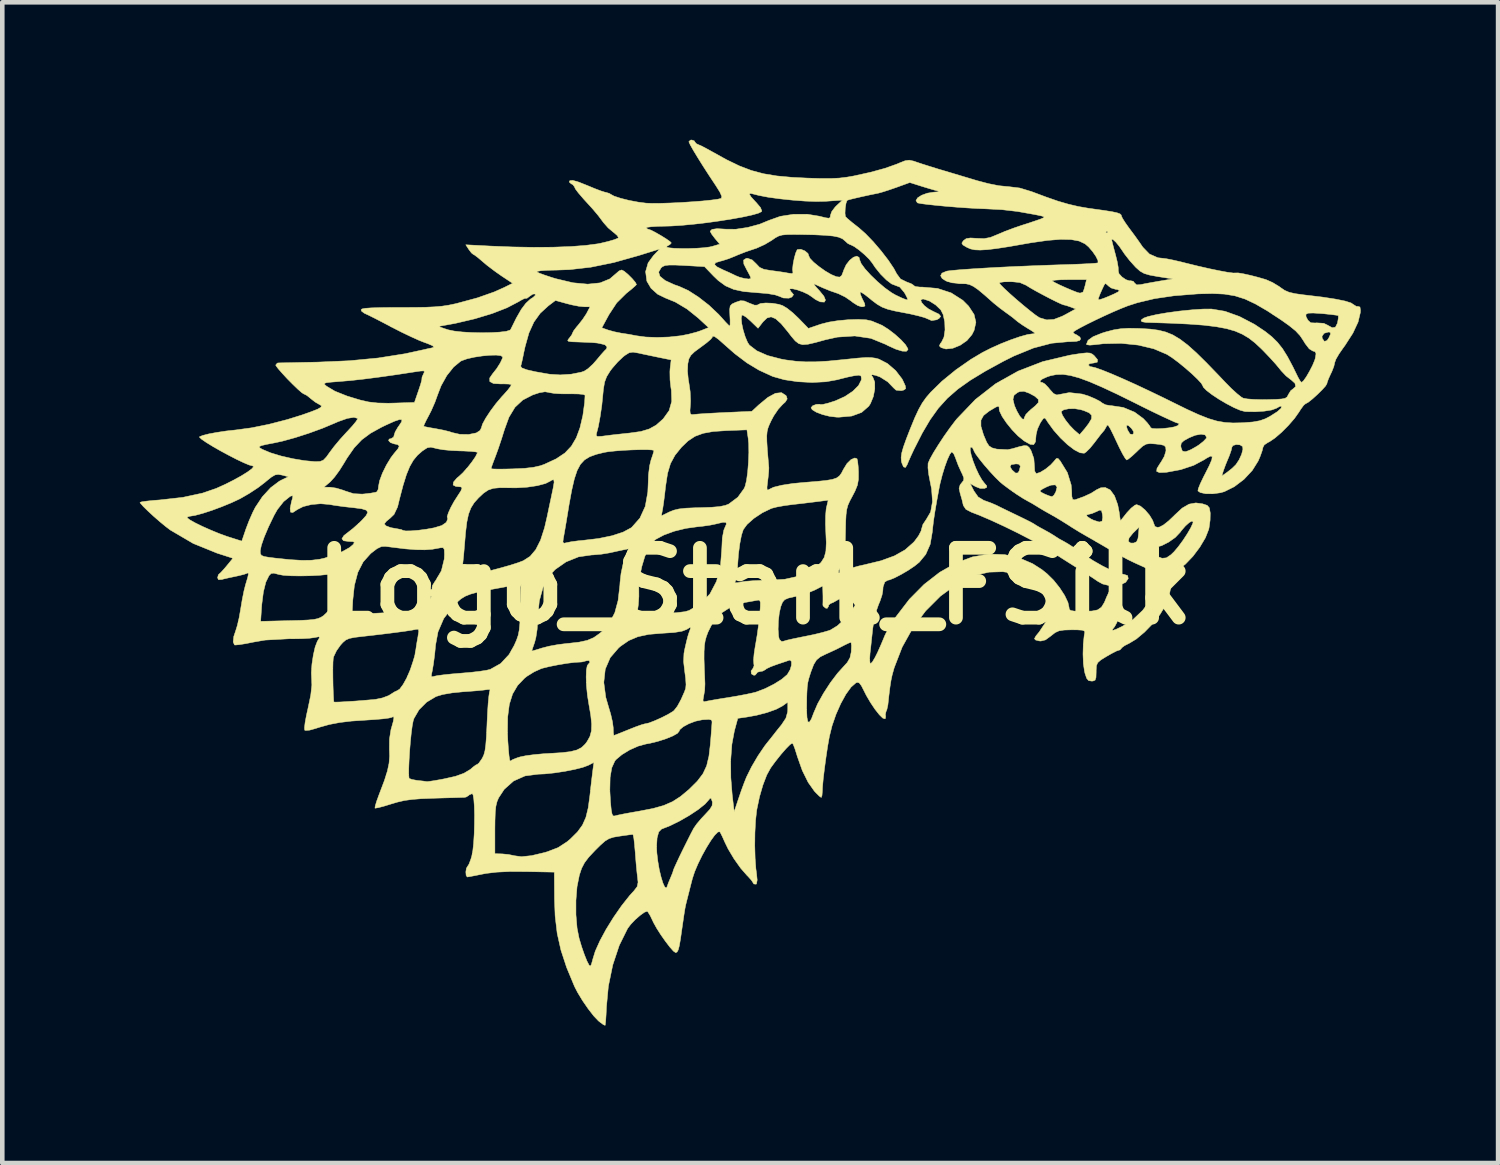
<source format=kicad_pcb>
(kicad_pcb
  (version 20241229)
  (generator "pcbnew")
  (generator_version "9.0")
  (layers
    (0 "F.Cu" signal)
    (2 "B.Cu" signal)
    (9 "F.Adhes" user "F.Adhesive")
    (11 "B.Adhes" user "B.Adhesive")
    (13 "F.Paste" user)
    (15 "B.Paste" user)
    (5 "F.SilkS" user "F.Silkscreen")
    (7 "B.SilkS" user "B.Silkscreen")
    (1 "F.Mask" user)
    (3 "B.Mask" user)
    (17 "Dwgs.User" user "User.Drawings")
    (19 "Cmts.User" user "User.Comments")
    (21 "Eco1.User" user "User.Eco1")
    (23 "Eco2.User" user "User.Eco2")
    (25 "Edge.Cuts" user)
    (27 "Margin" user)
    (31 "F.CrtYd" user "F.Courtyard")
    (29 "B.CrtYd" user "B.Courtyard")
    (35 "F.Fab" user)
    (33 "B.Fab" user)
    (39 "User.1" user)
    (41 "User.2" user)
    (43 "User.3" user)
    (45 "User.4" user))
  (footprint "Logo_Stark_FSilk"
    (layer "F.Cu")
    (at 13.425 9.742)
    (property "Reference" "Logo_Stark_FSilk" (at 0 0 0) (layer "F.SilkS") (effects (font (size 1.524 1.524) (thickness 0.3))))
    (attr through_hole)
    (fp_poly (pts (xy -1.319 -9.716) (xy -1.312 -9.699) (xy -1.278 -9.657) (xy -1.238 -9.638) (xy -1.163 -9.605) (xy -1.044 -9.543) (xy -0.934 -9.482) (xy -0.616 -9.306) (xy -0.337 -9.171) (xy -0.075 -9.071) (xy 0.191 -9) (xy 0.481 -8.952) (xy 0.817 -8.921) (xy 1.143 -8.905) (xy 1.432 -8.896) (xy 1.659 -8.896) (xy 1.846 -8.905) (xy 2.015 -8.926) (xy 2.159 -8.951) (xy 2.538 -9.035) (xy 2.846 -9.12) (xy 3.099 -9.21) (xy 3.16 -9.236) (xy 3.282 -9.284) (xy 3.371 -9.296) (xy 3.47 -9.275) (xy 3.526 -9.255) (xy 3.651 -9.213) (xy 3.826 -9.158) (xy 4.016 -9.099) (xy 4.064 -9.085) (xy 4.272 -9.023) (xy 4.519 -8.949) (xy 4.763 -8.876) (xy 4.852 -8.849) (xy 5.099 -8.784) (xy 5.325 -8.739) (xy 5.503 -8.721) (xy 5.517 -8.721) (xy 5.785 -8.688) (xy 6.041 -8.61) (xy 6.36 -8.491) (xy 6.622 -8.4) (xy 6.85 -8.334) (xy 7.064 -8.284) (xy 7.284 -8.246) (xy 7.386 -8.232) (xy 7.629 -8.198) (xy 7.799 -8.171) (xy 7.909 -8.147) (xy 7.971 -8.124) (xy 7.998 -8.098) (xy 8.001 -8.08) (xy 8.025 -8.027) (xy 8.088 -7.928) (xy 8.176 -7.804) (xy 8.182 -7.797) (xy 8.293 -7.648) (xy 8.399 -7.499) (xy 8.468 -7.398) (xy 8.614 -7.247) (xy 8.799 -7.166) (xy 8.908 -7.154) (xy 8.986 -7.144) (xy 9.123 -7.117) (xy 9.298 -7.077) (xy 9.42 -7.046) (xy 9.678 -6.983) (xy 9.923 -6.927) (xy 10.142 -6.882) (xy 10.319 -6.849) (xy 10.442 -6.833) (xy 10.495 -6.834) (xy 10.55 -6.835) (xy 10.664 -6.816) (xy 10.815 -6.783) (xy 10.982 -6.74) (xy 11.141 -6.694) (xy 11.16 -6.688) (xy 11.302 -6.625) (xy 11.447 -6.537) (xy 11.477 -6.514) (xy 11.566 -6.454) (xy 11.664 -6.412) (xy 11.795 -6.382) (xy 11.982 -6.356) (xy 12.027 -6.351) (xy 12.386 -6.308) (xy 12.673 -6.264) (xy 12.884 -6.221) (xy 13.016 -6.179) (xy 13.061 -6.148) (xy 13.131 -6.104) (xy 13.167 -6.104) (xy 13.209 -6.091) (xy 13.22 -6.019) (xy 13.217 -5.969) (xy 13.168 -5.763) (xy 13.055 -5.521) (xy 12.882 -5.252) (xy 12.841 -5.196) (xy 12.75 -5.065) (xy 12.684 -4.951) (xy 12.658 -4.879) (xy 12.658 -4.877) (xy 12.639 -4.794) (xy 12.593 -4.676) (xy 12.573 -4.636) (xy 12.521 -4.522) (xy 12.491 -4.437) (xy 12.488 -4.419) (xy 12.459 -4.368) (xy 12.383 -4.284) (xy 12.282 -4.184) (xy 12.175 -4.087) (xy 12.082 -4.013) (xy 12.023 -3.98) (xy 12.02 -3.979) (xy 11.98 -3.946) (xy 11.917 -3.86) (xy 11.875 -3.794) (xy 11.779 -3.658) (xy 11.647 -3.506) (xy 11.499 -3.357) (xy 11.354 -3.232) (xy 11.232 -3.149) (xy 11.2 -3.134) (xy 11.12 -3.081) (xy 11.091 -3.025) (xy 11.074 -2.952) (xy 11.031 -2.832) (xy 10.988 -2.731) (xy 10.858 -2.523) (xy 10.677 -2.329) (xy 10.466 -2.169) (xy 10.249 -2.061) (xy 10.164 -2.037) (xy 9.997 -2.014) (xy 9.842 -2.016) (xy 9.724 -2.041) (xy 9.672 -2.077) (xy 9.681 -2.127) (xy 9.723 -2.232) (xy 9.79 -2.373) (xy 9.804 -2.4) (xy 10.193 -2.4) (xy 10.314 -2.487) (xy 10.419 -2.57) (xy 10.502 -2.651) (xy 10.502 -2.652) (xy 10.571 -2.756) (xy 10.626 -2.877) (xy 10.654 -2.985) (xy 10.648 -3.045) (xy 10.59 -3.082) (xy 10.507 -3.089) (xy 10.436 -3.067) (xy 10.414 -3.032) (xy 10.398 -2.961) (xy 10.358 -2.846) (xy 10.334 -2.789) (xy 10.278 -2.654) (xy 10.234 -2.534) (xy 10.223 -2.502) (xy 10.193 -2.4) (xy 9.804 -2.4) (xy 9.821 -2.433) (xy 9.92 -2.629) (xy 9.975 -2.758) (xy 9.984 -2.826) (xy 9.949 -2.837) (xy 9.868 -2.796) (xy 9.808 -2.757) (xy 9.579 -2.635) (xy 9.296 -2.541) (xy 8.989 -2.484) (xy 8.964 -2.482) (xy 8.832 -2.477) (xy 8.771 -2.503) (xy 8.779 -2.569) (xy 8.851 -2.684) (xy 8.869 -2.709) (xy 8.937 -2.828) (xy 8.973 -2.944) (xy 8.975 -2.966) (xy 8.968 -3.033) (xy 8.943 -3.06) (xy 9.298 -3.06) (xy 9.303 -3.026) (xy 9.332 -2.947) (xy 9.391 -2.933) (xy 9.426 -2.94) (xy 9.522 -2.979) (xy 9.645 -3.049) (xy 9.694 -3.081) (xy 9.792 -3.158) (xy 9.853 -3.223) (xy 9.862 -3.244) (xy 9.83 -3.299) (xy 9.741 -3.315) (xy 9.614 -3.292) (xy 9.482 -3.238) (xy 9.365 -3.173) (xy 9.309 -3.121) (xy 9.298 -3.06) (xy 8.943 -3.06) (xy 8.933 -3.07) (xy 8.85 -3.09) (xy 8.752 -3.101) (xy 8.628 -3.11) (xy 8.542 -3.098) (xy 8.465 -3.053) (xy 8.366 -2.962) (xy 8.341 -2.937) (xy 8.237 -2.84) (xy 8.155 -2.773) (xy 8.117 -2.752) (xy 8.085 -2.788) (xy 8.028 -2.884) (xy 7.956 -3.025) (xy 7.91 -3.122) (xy 7.821 -3.311) (xy 7.761 -3.432) (xy 7.731 -3.481) (xy 8.112 -3.481) (xy 8.136 -3.408) (xy 8.189 -3.32) (xy 8.24 -3.308) (xy 8.269 -3.33) (xy 8.265 -3.376) (xy 8.221 -3.443) (xy 8.161 -3.499) (xy 8.122 -3.514) (xy 8.112 -3.481) (xy 7.731 -3.481) (xy 7.722 -3.497) (xy 7.697 -3.516) (xy 7.681 -3.498) (xy 7.674 -3.481) (xy 7.629 -3.403) (xy 7.606 -3.375) (xy 7.554 -3.314) (xy 7.474 -3.21) (xy 7.408 -3.123) (xy 7.316 -3.01) (xy 7.233 -2.928) (xy 7.19 -2.899) (xy 7.099 -2.909) (xy 6.973 -2.975) (xy 6.826 -3.087) (xy 6.672 -3.233) (xy 6.524 -3.4) (xy 6.396 -3.576) (xy 6.366 -3.624) (xy 6.333 -3.668) (xy 6.299 -3.659) (xy 6.248 -3.587) (xy 6.229 -3.556) (xy 6.169 -3.427) (xy 6.139 -3.3) (xy 6.138 -3.281) (xy 6.126 -3.148) (xy 6.087 -3.087) (xy 6.01 -3.094) (xy 5.883 -3.166) (xy 5.87 -3.175) (xy 5.745 -3.277) (xy 5.615 -3.412) (xy 5.494 -3.561) (xy 5.398 -3.703) (xy 5.342 -3.82) (xy 5.334 -3.863) (xy 5.331 -3.911) (xy 5.311 -3.926) (xy 5.258 -3.904) (xy 5.154 -3.842) (xy 5.111 -3.816) (xy 4.993 -3.723) (xy 4.936 -3.62) (xy 4.936 -3.488) (xy 4.99 -3.308) (xy 5.003 -3.276) (xy 5.061 -3.139) (xy 5.112 -3.06) (xy 5.176 -3.017) (xy 5.275 -2.991) (xy 5.283 -2.989) (xy 5.519 -2.977) (xy 5.621 -2.998) (xy 5.783 -3.045) (xy 5.884 -3.067) (xy 5.946 -3.06) (xy 5.988 -3.024) (xy 6.03 -2.956) (xy 6.091 -2.784) (xy 6.102 -2.639) (xy 6.109 -2.508) (xy 6.141 -2.457) (xy 6.149 -2.456) (xy 6.233 -2.484) (xy 6.346 -2.553) (xy 6.458 -2.644) (xy 6.526 -2.718) (xy 6.582 -2.784) (xy 6.619 -2.785) (xy 6.666 -2.731) (xy 6.823 -2.476) (xy 6.905 -2.21) (xy 6.916 -2.085) (xy 6.92 -1.957) (xy 6.936 -1.895) (xy 6.97 -1.881) (xy 7.005 -1.889) (xy 7.183 -1.953) (xy 7.341 -2.026) (xy 7.45 -2.095) (xy 7.456 -2.1) (xy 7.551 -2.145) (xy 7.648 -2.152) (xy 7.758 -2.098) (xy 7.851 -1.97) (xy 7.921 -1.778) (xy 7.952 -1.621) (xy 7.98 -1.422) (xy 8.121 -1.6) (xy 8.214 -1.7) (xy 8.297 -1.765) (xy 8.335 -1.778) (xy 8.418 -1.745) (xy 8.519 -1.66) (xy 8.615 -1.548) (xy 8.685 -1.432) (xy 8.702 -1.383) (xy 8.734 -1.3) (xy 8.79 -1.281) (xy 8.838 -1.29) (xy 8.919 -1.333) (xy 9.032 -1.422) (xy 9.153 -1.537) (xy 9.16 -1.545) (xy 9.328 -1.701) (xy 9.478 -1.788) (xy 9.627 -1.815) (xy 9.774 -1.795) (xy 9.875 -1.761) (xy 9.921 -1.708) (xy 9.94 -1.603) (xy 9.941 -1.59) (xy 9.938 -1.438) (xy 9.915 -1.272) (xy 9.908 -1.239) (xy 9.836 -1.055) (xy 9.714 -0.85) (xy 9.563 -0.649) (xy 9.402 -0.481) (xy 9.304 -0.403) (xy 9.195 -0.324) (xy 9.135 -0.254) (xy 9.106 -0.16) (xy 9.091 -0.034) (xy 9.056 0.149) (xy 8.994 0.345) (xy 8.954 0.439) (xy 8.84 0.626) (xy 8.684 0.823) (xy 8.506 1.006) (xy 8.327 1.156) (xy 8.18 1.245) (xy 8.074 1.299) (xy 8.01 1.346) (xy 8.001 1.361) (xy 7.968 1.395) (xy 7.955 1.397) (xy 7.896 1.417) (xy 7.791 1.471) (xy 7.68 1.534) (xy 7.555 1.611) (xy 7.486 1.671) (xy 7.457 1.738) (xy 7.451 1.836) (xy 7.451 1.873) (xy 7.447 1.995) (xy 7.427 2.054) (xy 7.381 2.073) (xy 7.349 2.074) (xy 7.286 2.063) (xy 7.244 2.014) (xy 7.208 1.909) (xy 7.196 1.858) (xy 7.172 1.694) (xy 7.164 1.485) (xy 7.17 1.266) (xy 7.19 1.076) (xy 7.202 1.016) (xy 7.196 0.982) (xy 7.148 0.963) (xy 7.041 0.956) (xy 6.915 0.955) (xy 6.75 0.96) (xy 6.641 0.977) (xy 6.558 1.014) (xy 6.473 1.08) (xy 6.464 1.088) (xy 6.344 1.175) (xy 6.244 1.2) (xy 6.206 1.197) (xy 6.128 1.177) (xy 6.104 1.148) (xy 6.136 1.089) (xy 6.208 1.001) (xy 6.36 0.772) (xy 6.428 0.547) (xy 6.412 0.328) (xy 6.313 0.119) (xy 6.167 -0.044) (xy 5.961 -0.18) (xy 5.702 -0.271) (xy 5.414 -0.313) (xy 5.115 -0.304) (xy 4.829 -0.24) (xy 4.782 -0.224) (xy 4.405 -0.038) (xy 4.051 0.221) (xy 3.729 0.543) (xy 3.448 0.917) (xy 3.217 1.332) (xy 3.044 1.779) (xy 3.03 1.827) (xy 2.998 1.943) (xy 2.973 2.06) (xy 2.951 2.201) (xy 2.928 2.386) (xy 2.905 2.596) (xy 2.883 2.696) (xy 2.863 2.743) (xy 2.849 2.814) (xy 2.856 2.833) (xy 2.851 2.888) (xy 2.84 2.898) (xy 2.792 2.881) (xy 2.716 2.806) (xy 2.623 2.688) (xy 2.525 2.542) (xy 2.433 2.385) (xy 2.391 2.301) (xy 2.326 2.174) (xy 2.279 2.113) (xy 2.235 2.102) (xy 2.207 2.113) (xy 2.102 2.205) (xy 1.989 2.361) (xy 1.876 2.566) (xy 1.772 2.801) (xy 1.686 3.05) (xy 1.628 3.284) (xy 1.59 3.498) (xy 1.554 3.739) (xy 1.521 3.983) (xy 1.494 4.207) (xy 1.478 4.388) (xy 1.474 4.477) (xy 1.467 4.57) (xy 1.451 4.614) (xy 1.449 4.614) (xy 1.409 4.586) (xy 1.336 4.514) (xy 1.301 4.477) (xy 1.165 4.285) (xy 1.037 4.026) (xy 0.928 3.719) (xy 0.914 3.672) (xy 0.873 3.543) (xy 0.838 3.455) (xy 0.818 3.429) (xy 0.768 3.461) (xy 0.682 3.548) (xy 0.572 3.674) (xy 0.451 3.826) (xy 0.348 3.966) (xy 0.261 4.124) (xy 0.177 4.343) (xy 0.103 4.599) (xy 0.046 4.87) (xy 0.041 4.899) (xy 0.017 5.115) (xy 0.003 5.381) (xy -0.000425 5.665) (xy 0.007 5.939) (xy 0.024 6.172) (xy 0.036 6.256) (xy 0.052 6.416) (xy 0.037 6.499) (xy 0.028 6.507) (xy -0.022 6.502) (xy -0.033 6.483) (xy -0.073 6.421) (xy -0.15 6.335) (xy -0.169 6.317) (xy -0.308 6.158) (xy -0.453 5.954) (xy -0.582 5.738) (xy -0.655 5.588) (xy -0.708 5.469) (xy -0.751 5.384) (xy -0.764 5.363) (xy -0.806 5.368) (xy -0.874 5.437) (xy -0.959 5.554) (xy -1.054 5.707) (xy -1.15 5.88) (xy -1.239 6.061) (xy -1.312 6.233) (xy -1.362 6.384) (xy -1.363 6.389) (xy -1.401 6.536) (xy -1.441 6.695) (xy -1.445 6.71) (xy -1.478 6.84) (xy -1.505 6.948) (xy -1.509 6.964) (xy -1.524 7.04) (xy -1.546 7.178) (xy -1.572 7.356) (xy -1.591 7.487) (xy -1.622 7.706) (xy -1.648 7.854) (xy -1.672 7.943) (xy -1.697 7.988) (xy -1.726 8.001) (xy -1.728 8.001) (xy -1.776 7.968) (xy -1.854 7.88) (xy -1.949 7.756) (xy -2.049 7.614) (xy -2.14 7.472) (xy -2.209 7.348) (xy -2.226 7.312) (xy -2.282 7.195) (xy -2.33 7.117) (xy -2.349 7.098) (xy -2.409 7.12) (xy -2.502 7.187) (xy -2.609 7.28) (xy -2.707 7.383) (xy -2.775 7.472) (xy -2.958 7.842) (xy -3.1 8.269) (xy -3.196 8.734) (xy -3.238 9.187) (xy -3.246 9.358) (xy -3.255 9.495) (xy -3.264 9.575) (xy -3.267 9.589) (xy -3.305 9.573) (xy -3.381 9.517) (xy -3.414 9.49) (xy -3.515 9.384) (xy -3.637 9.227) (xy -3.761 9.047) (xy -3.869 8.868) (xy -3.934 8.742) (xy -4.107 8.326) (xy -4.231 7.948) (xy -4.313 7.583) (xy -4.358 7.205) (xy -4.371 6.86) (xy -3.904 6.86) (xy -3.904 7.172) (xy -3.879 7.467) (xy -3.836 7.684) (xy -3.78 7.872) (xy -3.72 8.044) (xy -3.664 8.184) (xy -3.617 8.274) (xy -3.592 8.297) (xy -3.568 8.26) (xy -3.542 8.169) (xy -3.537 8.148) (xy -3.482 7.969) (xy -3.381 7.744) (xy -3.245 7.492) (xy -3.084 7.232) (xy -2.91 6.981) (xy -2.733 6.757) (xy -2.633 6.647) (xy -2.567 6.56) (xy -2.548 6.466) (xy -2.558 6.372) (xy -2.572 6.251) (xy -2.589 6.077) (xy -2.605 5.881) (xy -2.61 5.81) (xy -2.621 5.688) (xy -2.144 5.688) (xy -2.138 5.823) (xy -2.116 6.008) (xy -2.085 6.189) (xy -2.046 6.351) (xy -2.006 6.481) (xy -1.967 6.566) (xy -1.934 6.591) (xy -1.915 6.562) (xy -1.886 6.48) (xy -1.84 6.37) (xy -1.838 6.365) (xy -1.797 6.267) (xy -1.778 6.207) (xy -1.778 6.204) (xy -1.76 6.157) (xy -1.713 6.054) (xy -1.646 5.91) (xy -1.566 5.746) (xy -1.483 5.579) (xy -1.407 5.427) (xy -1.345 5.309) (xy -1.332 5.285) (xy -1.267 5.192) (xy -1.166 5.073) (xy -1.086 4.988) (xy -0.982 4.875) (xy -0.932 4.794) (xy -0.925 4.722) (xy -0.93 4.699) (xy -0.955 4.63) (xy -0.982 4.637) (xy -0.997 4.658) (xy -1.087 4.759) (xy -1.237 4.879) (xy -1.427 5.005) (xy -1.639 5.127) (xy -1.852 5.232) (xy -2.037 5.305) (xy -2.097 5.367) (xy -2.133 5.499) (xy -2.144 5.688) (xy -2.621 5.688) (xy -2.625 5.64) (xy -2.64 5.508) (xy -2.656 5.431) (xy -2.663 5.42) (xy -2.715 5.426) (xy -2.826 5.441) (xy -2.952 5.459) (xy -3.083 5.481) (xy -3.18 5.512) (xy -3.268 5.565) (xy -3.37 5.655) (xy -3.485 5.769) (xy -3.625 5.918) (xy -3.717 6.04) (xy -3.78 6.161) (xy -3.829 6.308) (xy -3.83 6.312) (xy -3.88 6.562) (xy -3.904 6.86) (xy -4.371 6.86) (xy -4.372 6.816) (xy -4.376 6.244) (xy -4.999 6.232) (xy -5.349 6.231) (xy -5.63 6.244) (xy -5.858 6.271) (xy -5.934 6.285) (xy -6.088 6.316) (xy -6.208 6.339) (xy -6.273 6.35) (xy -6.276 6.35) (xy -6.301 6.316) (xy -6.307 6.239) (xy -6.295 6.16) (xy -6.271 6.121) (xy -6.239 6.07) (xy -6.199 5.965) (xy -6.178 5.896) (xy -6.155 5.777) (xy -6.137 5.61) (xy -6.125 5.413) (xy -6.122 5.311) (xy -5.673 5.311) (xy -5.673 5.842) (xy -5.514 5.846) (xy -5.376 5.859) (xy -5.256 5.884) (xy -5.249 5.886) (xy -5.093 5.907) (xy -4.873 5.884) (xy -4.587 5.816) (xy -4.523 5.797) (xy -4.292 5.708) (xy -4.096 5.58) (xy -4.023 5.518) (xy -3.87 5.366) (xy -3.762 5.218) (xy -3.687 5.05) (xy -3.636 4.841) (xy -3.602 4.592) (xy -3.587 4.461) (xy -3.164 4.461) (xy -3.15 4.712) (xy -3.134 4.879) (xy -3.116 4.976) (xy -3.092 5.017) (xy -3.058 5.018) (xy -3.056 5.017) (xy -2.989 5) (xy -2.858 4.973) (xy -2.683 4.941) (xy -2.517 4.912) (xy -2.222 4.855) (xy -1.988 4.789) (xy -1.795 4.705) (xy -1.621 4.593) (xy -1.442 4.444) (xy -1.431 4.434) (xy -1.255 4.259) (xy -1.132 4.097) (xy -1.051 3.924) (xy -1.022 3.801) (xy -0.526 3.801) (xy -0.523 4.184) (xy -0.494 4.548) (xy -0.45 4.925) (xy -0.352 4.632) (xy -0.292 4.457) (xy -0.229 4.288) (xy -0.182 4.17) (xy -0.071 3.946) (xy 0.069 3.707) (xy 0.214 3.493) (xy 0.263 3.429) (xy 0.344 3.329) (xy 0.402 3.255) (xy 0.415 3.239) (xy 0.458 3.183) (xy 0.534 3.088) (xy 0.583 3.028) (xy 0.679 2.883) (xy 0.717 2.746) (xy 0.72 2.697) (xy 0.72 2.693) (xy 1.131 2.693) (xy 1.139 2.868) (xy 1.158 2.961) (xy 1.19 2.972) (xy 1.235 2.902) (xy 1.287 2.766) (xy 1.372 2.569) (xy 1.5 2.34) (xy 1.65 2.109) (xy 1.806 1.903) (xy 1.91 1.788) (xy 2.019 1.668) (xy 2.059 1.598) (xy 2.507 1.598) (xy 2.515 1.678) (xy 2.528 1.693) (xy 2.565 1.658) (xy 2.621 1.565) (xy 2.679 1.45) (xy 2.746 1.3) (xy 2.804 1.163) (xy 2.834 1.089) (xy 2.877 1) (xy 2.955 0.867) (xy 3.053 0.713) (xy 3.084 0.666) (xy 3.374 0.288) (xy 3.694 -0.035) (xy 4.035 -0.3) (xy 4.39 -0.502) (xy 4.75 -0.636) (xy 5.107 -0.699) (xy 5.453 -0.686) (xy 5.567 -0.663) (xy 5.843 -0.584) (xy 6.065 -0.488) (xy 6.264 -0.361) (xy 6.379 -0.269) (xy 6.521 -0.129) (xy 6.653 0.036) (xy 6.763 0.205) (xy 6.835 0.357) (xy 6.858 0.46) (xy 6.864 0.506) (xy 6.895 0.533) (xy 6.969 0.546) (xy 7.102 0.55) (xy 7.172 0.55) (xy 7.359 0.545) (xy 7.483 0.52) (xy 7.566 0.462) (xy 7.63 0.358) (xy 7.68 0.237) (xy 7.733 0.124) (xy 7.785 0.054) (xy 7.807 0.042) (xy 7.868 0.081) (xy 7.912 0.181) (xy 7.939 0.323) (xy 7.948 0.486) (xy 7.937 0.649) (xy 7.906 0.79) (xy 7.853 0.889) (xy 7.852 0.889) (xy 7.805 0.949) (xy 7.813 0.968) (xy 7.881 0.946) (xy 8.017 0.881) (xy 8.034 0.872) (xy 8.263 0.723) (xy 8.466 0.531) (xy 8.628 0.313) (xy 8.738 0.086) (xy 8.78 -0.126) (xy 8.779 -0.192) (xy 8.765 -0.244) (xy 8.724 -0.29) (xy 8.646 -0.341) (xy 8.516 -0.405) (xy 8.324 -0.492) (xy 8.276 -0.514) (xy 8.136 -0.582) (xy 7.959 -0.677) (xy 7.818 -0.756) (xy 8.684 -0.756) (xy 8.725 -0.686) (xy 8.774 -0.65) (xy 8.89 -0.607) (xy 8.984 -0.616) (xy 9.085 -0.685) (xy 9.153 -0.751) (xy 9.244 -0.859) (xy 9.345 -0.996) (xy 9.44 -1.141) (xy 9.517 -1.274) (xy 9.561 -1.371) (xy 9.567 -1.399) (xy 9.543 -1.419) (xy 9.482 -1.386) (xy 9.4 -1.313) (xy 9.314 -1.214) (xy 9.285 -1.174) (xy 9.179 -1.062) (xy 9.033 -0.959) (xy 8.879 -0.881) (xy 8.746 -0.847) (xy 8.736 -0.847) (xy 8.686 -0.819) (xy 8.684 -0.756) (xy 7.818 -0.756) (xy 7.778 -0.779) (xy 7.747 -0.797) (xy 7.573 -0.899) (xy 7.441 -0.975) (xy 8.153 -0.975) (xy 8.203 -0.939) (xy 8.27 -0.939) (xy 8.333 -0.966) (xy 8.364 -1.039) (xy 8.374 -1.119) (xy 8.388 -1.286) (xy 8.253 -1.154) (xy 8.169 -1.05) (xy 8.153 -0.975) (xy 7.441 -0.975) (xy 7.399 -1) (xy 7.26 -1.079) (xy 7.239 -1.091) (xy 7.089 -1.178) (xy 6.92 -1.282) (xy 6.837 -1.336) (xy 6.685 -1.431) (xy 6.53 -1.524) (xy 6.48 -1.552) (xy 7.24 -1.552) (xy 7.26 -1.514) (xy 7.343 -1.462) (xy 7.398 -1.436) (xy 7.518 -1.398) (xy 7.58 -1.416) (xy 7.594 -1.497) (xy 7.587 -1.563) (xy 7.569 -1.645) (xy 7.531 -1.659) (xy 7.457 -1.625) (xy 7.359 -1.583) (xy 7.292 -1.567) (xy 7.24 -1.552) (xy 6.48 -1.552) (xy 6.456 -1.565) (xy 6.317 -1.643) (xy 6.185 -1.722) (xy 6.16 -1.738) (xy 6.055 -1.802) (xy 5.973 -1.847) (xy 5.969 -1.849) (xy 5.861 -1.91) (xy 5.714 -2.004) (xy 5.614 -2.074) (xy 6.223 -2.074) (xy 6.257 -2.044) (xy 6.338 -2.003) (xy 6.43 -1.967) (xy 6.488 -1.952) (xy 6.528 -1.982) (xy 6.57 -2.054) (xy 6.597 -2.159) (xy 6.561 -2.209) (xy 6.466 -2.203) (xy 6.381 -2.17) (xy 6.282 -2.12) (xy 6.227 -2.081) (xy 6.223 -2.074) (xy 5.614 -2.074) (xy 5.558 -2.113) (xy 5.42 -2.216) (xy 5.351 -2.274) (xy 5.249 -2.374) (xy 5.131 -2.501) (xy 5.042 -2.604) (xy 5.571 -2.604) (xy 5.616 -2.533) (xy 5.694 -2.465) (xy 5.746 -2.472) (xy 5.774 -2.522) (xy 5.797 -2.618) (xy 5.764 -2.66) (xy 5.701 -2.667) (xy 5.597 -2.651) (xy 5.571 -2.604) (xy 5.042 -2.604) (xy 5.011 -2.639) (xy 4.905 -2.77) (xy 4.825 -2.878) (xy 4.785 -2.945) (xy 4.784 -2.954) (xy 4.752 -3.017) (xy 4.735 -3.03) (xy 4.703 -3.026) (xy 4.702 -2.961) (xy 4.725 -2.853) (xy 4.768 -2.718) (xy 4.825 -2.573) (xy 4.89 -2.434) (xy 4.957 -2.318) (xy 5.005 -2.255) (xy 5.062 -2.188) (xy 5.062 -2.154) (xy 5.016 -2.132) (xy 4.921 -2.131) (xy 4.819 -2.171) (xy 4.699 -2.239) (xy 4.783 -2.076) (xy 4.875 -1.945) (xy 5.001 -1.869) (xy 5.026 -1.861) (xy 5.161 -1.812) (xy 5.281 -1.76) (xy 5.292 -1.754) (xy 5.378 -1.711) (xy 5.516 -1.644) (xy 5.68 -1.565) (xy 5.736 -1.538) (xy 5.89 -1.463) (xy 6.012 -1.402) (xy 6.085 -1.362) (xy 6.096 -1.355) (xy 6.143 -1.324) (xy 6.239 -1.269) (xy 6.308 -1.232) (xy 6.432 -1.163) (xy 6.531 -1.103) (xy 6.562 -1.082) (xy 6.645 -1.029) (xy 6.75 -0.972) (xy 6.841 -0.919) (xy 6.976 -0.832) (xy 7.132 -0.726) (xy 7.195 -0.681) (xy 7.386 -0.555) (xy 7.587 -0.44) (xy 7.778 -0.345) (xy 7.942 -0.28) (xy 8.057 -0.254) (xy 8.061 -0.254) (xy 8.138 -0.228) (xy 8.151 -0.164) (xy 8.098 -0.086) (xy 8.088 -0.078) (xy 7.945 -0.012) (xy 7.77 -0.002) (xy 7.591 -0.046) (xy 7.489 -0.102) (xy 7.382 -0.175) (xy 7.233 -0.272) (xy 7.071 -0.374) (xy 7.048 -0.388) (xy 6.859 -0.507) (xy 6.651 -0.639) (xy 6.477 -0.752) (xy 6.283 -0.869) (xy 6.033 -1.007) (xy 5.747 -1.155) (xy 5.449 -1.301) (xy 5.159 -1.435) (xy 4.901 -1.546) (xy 4.729 -1.612) (xy 4.608 -1.675) (xy 4.552 -1.759) (xy 4.548 -1.776) (xy 4.52 -1.895) (xy 4.482 -2.024) (xy 4.459 -2.133) (xy 4.481 -2.208) (xy 4.512 -2.248) (xy 4.557 -2.305) (xy 4.563 -2.36) (xy 4.529 -2.444) (xy 4.507 -2.488) (xy 4.442 -2.632) (xy 4.387 -2.778) (xy 4.382 -2.794) (xy 4.343 -2.886) (xy 4.303 -2.927) (xy 4.295 -2.926) (xy 4.256 -2.875) (xy 4.204 -2.762) (xy 4.147 -2.606) (xy 4.092 -2.426) (xy 4.045 -2.243) (xy 4.028 -2.162) (xy 3.972 -1.859) (xy 3.931 -1.621) (xy 3.902 -1.43) (xy 3.883 -1.268) (xy 3.875 -1.184) (xy 3.828 -0.911) (xy 3.731 -0.691) (xy 3.591 -0.521) (xy 3.487 -0.437) (xy 3.347 -0.343) (xy 3.193 -0.253) (xy 3.05 -0.179) (xy 2.939 -0.134) (xy 2.9 -0.127) (xy 2.837 -0.088) (xy 2.8 0.017) (xy 2.794 0.104) (xy 2.777 0.198) (xy 2.733 0.329) (xy 2.7 0.407) (xy 2.647 0.558) (xy 2.601 0.75) (xy 2.574 0.931) (xy 2.553 1.126) (xy 2.532 1.324) (xy 2.515 1.471) (xy 2.507 1.598) (xy 2.059 1.598) (xy 2.078 1.564) (xy 2.104 1.444) (xy 2.106 1.419) (xy 2.111 1.305) (xy 2.103 1.237) (xy 2.096 1.228) (xy 2.046 1.246) (xy 1.951 1.292) (xy 1.913 1.312) (xy 1.775 1.382) (xy 1.613 1.457) (xy 1.557 1.482) (xy 1.432 1.543) (xy 1.348 1.612) (xy 1.286 1.712) (xy 1.227 1.866) (xy 1.212 1.911) (xy 1.177 2.023) (xy 1.156 2.112) (xy 1.144 2.207) (xy 1.137 2.339) (xy 1.134 2.434) (xy 1.131 2.693) (xy 0.72 2.693) (xy 0.72 2.534) (xy 0.602 2.618) (xy 0.465 2.69) (xy 0.269 2.76) (xy 0.04 2.82) (xy -0.175 2.859) (xy -0.371 2.887) (xy -0.446 3.164) (xy -0.5 3.453) (xy -0.526 3.801) (xy -1.022 3.801) (xy -1.001 3.715) (xy -0.97 3.45) (xy -0.955 3.264) (xy -0.943 3.105) (xy -0.935 2.995) (xy -0.933 2.961) (xy -0.946 2.924) (xy -1 2.91) (xy -1.115 2.916) (xy -1.155 2.92) (xy -1.296 2.95) (xy -1.439 3.004) (xy -1.56 3.069) (xy -1.637 3.134) (xy -1.651 3.168) (xy -1.689 3.215) (xy -1.791 3.272) (xy -1.937 3.332) (xy -2.108 3.387) (xy -2.285 3.431) (xy -2.375 3.447) (xy -2.544 3.493) (xy -2.729 3.575) (xy -2.9 3.679) (xy -3.028 3.786) (xy -3.055 3.819) (xy -3.122 3.967) (xy -3.158 4.179) (xy -3.164 4.461) (xy -3.587 4.461) (xy -3.58 4.392) (xy -3.558 4.205) (xy -3.54 4.06) (xy -3.534 4.01) (xy -3.512 3.849) (xy -3.636 3.913) (xy -3.755 3.957) (xy -3.933 4.002) (xy -4.147 4.044) (xy -4.372 4.078) (xy -4.582 4.1) (xy -4.727 4.106) (xy -5.016 4.144) (xy -5.265 4.255) (xy -5.468 4.435) (xy -5.592 4.623) (xy -5.627 4.707) (xy -5.651 4.805) (xy -5.665 4.938) (xy -5.671 5.122) (xy -5.673 5.311) (xy -6.122 5.311) (xy -6.119 5.202) (xy -6.117 4.995) (xy -6.122 4.807) (xy -6.133 4.656) (xy -6.149 4.558) (xy -6.168 4.53) (xy -6.234 4.558) (xy -6.243 4.569) (xy -6.301 4.605) (xy -6.34 4.612) (xy -6.408 4.614) (xy -6.542 4.618) (xy -6.726 4.623) (xy -6.941 4.629) (xy -7.006 4.631) (xy -7.272 4.641) (xy -7.478 4.657) (xy -7.646 4.68) (xy -7.801 4.716) (xy -7.936 4.756) (xy -8.092 4.804) (xy -8.214 4.836) (xy -8.283 4.848) (xy -8.291 4.846) (xy -8.285 4.801) (xy -8.254 4.697) (xy -8.202 4.554) (xy -8.181 4.499) (xy -8.083 4.24) (xy -8.044 4.115) (xy -7.554 4.115) (xy -7.547 4.191) (xy -7.543 4.199) (xy -7.486 4.221) (xy -7.379 4.241) (xy -7.345 4.245) (xy -7.234 4.257) (xy -7.165 4.267) (xy -7.158 4.269) (xy -7.111 4.264) (xy -7.001 4.248) (xy -6.848 4.221) (xy -6.78 4.208) (xy -6.532 4.152) (xy -6.349 4.086) (xy -6.208 4.002) (xy -6.146 3.948) (xy -6.083 3.902) (xy -6.06 3.895) (xy -6.021 3.862) (xy -5.963 3.78) (xy -5.949 3.758) (xy -5.915 3.687) (xy -5.89 3.596) (xy -5.872 3.467) (xy -5.858 3.288) (xy -5.854 3.202) (xy -5.398 3.202) (xy -5.391 3.373) (xy -5.378 3.56) (xy -5.364 3.707) (xy -5.35 3.798) (xy -5.338 3.821) (xy -5.285 3.788) (xy -5.181 3.747) (xy -5.122 3.729) (xy -4.997 3.703) (xy -4.816 3.679) (xy -4.609 3.66) (xy -4.487 3.653) (xy -4.222 3.637) (xy -4.026 3.614) (xy -3.884 3.578) (xy -3.781 3.525) (xy -3.702 3.449) (xy -3.661 3.394) (xy -3.599 3.283) (xy -3.566 3.162) (xy -3.561 3.012) (xy -3.581 2.816) (xy -3.619 2.597) (xy -3.653 2.386) (xy -3.674 2.176) (xy -3.677 2.103) (xy -3.296 2.103) (xy -3.253 2.428) (xy -3.196 2.625) (xy -3.144 2.8) (xy -3.106 2.967) (xy -3.09 3.092) (xy -3.09 3.098) (xy -3.087 3.201) (xy -3.078 3.257) (xy -3.075 3.26) (xy -3.031 3.245) (xy -2.93 3.205) (xy -2.789 3.148) (xy -2.752 3.133) (xy -2.598 3.072) (xy -2.472 3.027) (xy -2.395 3.006) (xy -2.387 3.006) (xy -2.307 2.987) (xy -2.181 2.938) (xy -2.034 2.872) (xy -1.896 2.802) (xy -1.791 2.739) (xy -1.764 2.718) (xy -1.691 2.625) (xy -1.62 2.496) (xy -1.132 2.496) (xy -1.113 2.525) (xy -1.093 2.522) (xy -1.03 2.509) (xy -0.903 2.486) (xy -0.733 2.457) (xy -0.584 2.434) (xy -0.378 2.399) (xy -0.187 2.363) (xy -0.036 2.33) (xy 0.03 2.313) (xy 0.226 2.238) (xy 0.42 2.14) (xy 0.588 2.035) (xy 0.704 1.936) (xy 0.715 1.922) (xy 0.771 1.826) (xy 0.8 1.728) (xy 0.801 1.649) (xy 0.77 1.616) (xy 0.751 1.619) (xy 0.683 1.643) (xy 0.566 1.682) (xy 0.477 1.712) (xy 0.35 1.759) (xy 0.258 1.802) (xy 0.231 1.824) (xy 0.173 1.856) (xy 0.125 1.863) (xy 0.057 1.881) (xy 0.042 1.905) (xy 0.008 1.943) (xy -0.021 1.947) (xy -0.074 1.917) (xy -0.081 1.853) (xy -0.041 1.798) (xy -0.016 1.741) (xy -0.022 1.69) (xy -0.027 1.611) (xy -0.015 1.476) (xy 0.01 1.312) (xy 0.016 1.281) (xy 0.053 1.061) (xy 0.069 0.943) (xy 0.509 0.943) (xy 0.519 1.094) (xy 0.535 1.163) (xy 0.586 1.211) (xy 0.63 1.203) (xy 0.7 1.182) (xy 0.831 1.152) (xy 1.001 1.117) (xy 1.101 1.097) (xy 1.295 1.057) (xy 1.475 1.013) (xy 1.613 0.973) (xy 1.654 0.958) (xy 1.802 0.867) (xy 1.956 0.725) (xy 2.102 0.552) (xy 2.222 0.37) (xy 2.303 0.198) (xy 2.327 0.075) (xy 2.315 0.032) (xy 2.27 0.027) (xy 2.183 0.065) (xy 2.044 0.15) (xy 1.939 0.219) (xy 1.812 0.301) (xy 1.709 0.359) (xy 1.653 0.381) (xy 1.653 0.381) (xy 1.613 0.415) (xy 1.609 0.443) (xy 1.581 0.486) (xy 1.544 0.481) (xy 1.491 0.434) (xy 1.486 0.408) (xy 1.488 0.338) (xy 1.488 0.221) (xy 1.487 0.179) (xy 1.482 -0.002) (xy 1.306 0.088) (xy 1.163 0.147) (xy 0.985 0.203) (xy 0.878 0.229) (xy 0.737 0.261) (xy 0.654 0.296) (xy 0.606 0.351) (xy 0.569 0.443) (xy 0.567 0.447) (xy 0.535 0.587) (xy 0.515 0.763) (xy 0.509 0.943) (xy 0.069 0.943) (xy 0.086 0.816) (xy 0.107 0.623) (xy 0.12 0.458) (xy 0.122 0.361) (xy 0.109 0.316) (xy 0.078 0.306) (xy 0.036 0.313) (xy -0.076 0.334) (xy -0.21 0.357) (xy -0.216 0.358) (xy -0.502 0.443) (xy -0.741 0.597) (xy -0.927 0.816) (xy -1.021 1.004) (xy -1.057 1.1) (xy -1.083 1.193) (xy -1.099 1.296) (xy -1.107 1.424) (xy -1.108 1.591) (xy -1.101 1.813) (xy -1.089 2.103) (xy -1.088 2.138) (xy -1.094 2.274) (xy -1.116 2.402) (xy -1.132 2.496) (xy -1.62 2.496) (xy -1.61 2.477) (xy -1.534 2.305) (xy -1.508 2.23) (xy -1.501 2.15) (xy -1.509 2.017) (xy -1.529 1.867) (xy -1.554 1.649) (xy -1.546 1.468) (xy -1.528 1.373) (xy -1.49 1.208) (xy -1.463 1.101) (xy -1.441 1.029) (xy -1.418 0.966) (xy -1.415 0.958) (xy -1.399 0.906) (xy -1.424 0.907) (xy -1.486 0.946) (xy -1.588 0.985) (xy -1.758 1.013) (xy -2.003 1.029) (xy -2.014 1.03) (xy -2.312 1.054) (xy -2.551 1.105) (xy -2.75 1.189) (xy -2.931 1.314) (xy -2.972 1.349) (xy -3.156 1.563) (xy -3.264 1.814) (xy -3.296 2.103) (xy -3.677 2.103) (xy -3.681 1.986) (xy -3.676 1.834) (xy -3.657 1.737) (xy -3.641 1.714) (xy -3.598 1.663) (xy -3.617 1.626) (xy -3.672 1.63) (xy -3.77 1.656) (xy -3.81 1.659) (xy -3.927 1.665) (xy -4.097 1.686) (xy -4.29 1.718) (xy -4.477 1.755) (xy -4.628 1.792) (xy -4.661 1.802) (xy -4.815 1.871) (xy -4.973 1.969) (xy -5.026 2.011) (xy -5.177 2.169) (xy -5.287 2.356) (xy -5.358 2.582) (xy -5.394 2.86) (xy -5.398 3.202) (xy -5.854 3.202) (xy -5.846 3.041) (xy -5.844 2.985) (xy -5.833 2.759) (xy -5.82 2.56) (xy -5.805 2.406) (xy -5.791 2.313) (xy -5.785 2.295) (xy -5.779 2.258) (xy -5.84 2.259) (xy -5.849 2.261) (xy -5.933 2.272) (xy -6.078 2.286) (xy -6.258 2.3) (xy -6.364 2.307) (xy -6.605 2.331) (xy -6.81 2.366) (xy -6.956 2.41) (xy -6.956 2.41) (xy -7.162 2.533) (xy -7.329 2.7) (xy -7.439 2.889) (xy -7.456 2.94) (xy -7.477 3.048) (xy -7.498 3.207) (xy -7.517 3.398) (xy -7.534 3.603) (xy -7.546 3.803) (xy -7.553 3.98) (xy -7.554 4.115) (xy -8.044 4.115) (xy -8.019 4.036) (xy -7.983 3.866) (xy -7.971 3.708) (xy -7.976 3.562) (xy -7.974 3.338) (xy -7.941 3.131) (xy -7.934 3.108) (xy -7.892 2.958) (xy -7.877 2.876) (xy -7.89 2.85) (xy -7.927 2.866) (xy -7.988 2.881) (xy -8.115 2.898) (xy -8.289 2.913) (xy -8.488 2.926) (xy -8.803 2.947) (xy -9.06 2.978) (xy -9.286 3.021) (xy -9.507 3.083) (xy -9.598 3.112) (xy -9.717 3.145) (xy -9.803 3.152) (xy -9.825 3.145) (xy -9.829 3.093) (xy -9.815 2.976) (xy -9.785 2.815) (xy -9.752 2.667) (xy -9.692 2.379) (xy -9.668 2.164) (xy -9.672 2.048) (xy -9.679 1.894) (xy -9.673 1.806) (xy -9.21 1.806) (xy -9.209 1.984) (xy -9.206 2.173) (xy -9.2 2.347) (xy -9.193 2.482) (xy -9.188 2.53) (xy -9.148 2.533) (xy -9.043 2.53) (xy -8.892 2.521) (xy -8.714 2.51) (xy -8.529 2.495) (xy -8.354 2.48) (xy -8.279 2.473) (xy -8.129 2.442) (xy -7.995 2.392) (xy -7.955 2.368) (xy -7.868 2.312) (xy -7.812 2.286) (xy -7.81 2.286) (xy -7.751 2.249) (xy -7.677 2.149) (xy -7.597 2.006) (xy -7.586 1.979) (xy -7.061 1.979) (xy -7.012 1.975) (xy -7 1.97) (xy -6.929 1.955) (xy -6.792 1.937) (xy -6.611 1.918) (xy -6.407 1.901) (xy -6.195 1.883) (xy -6.004 1.861) (xy -5.855 1.838) (xy -5.773 1.818) (xy -5.547 1.691) (xy -5.365 1.496) (xy -5.32 1.417) (xy -4.868 1.417) (xy -4.832 1.41) (xy -4.738 1.382) (xy -4.646 1.353) (xy -4.492 1.313) (xy -4.294 1.277) (xy -4.092 1.252) (xy -4.072 1.251) (xy -3.834 1.224) (xy -3.656 1.185) (xy -3.515 1.125) (xy -3.386 1.034) (xy -3.327 0.983) (xy -3.17 0.804) (xy -3.072 0.613) (xy -2.575 0.613) (xy -2.571 0.659) (xy -2.536 0.654) (xy -2.498 0.635) (xy -2.408 0.611) (xy -2.253 0.595) (xy -2.051 0.589) (xy -1.991 0.589) (xy -1.723 0.583) (xy -1.525 0.559) (xy -1.435 0.533) (xy -1.18 0.383) (xy -0.979 0.17) (xy -0.852 -0.072) (xy -0.437 -0.072) (xy -0.384 -0.072) (xy -0.309 -0.088) (xy -0.197 -0.104) (xy -0.027 -0.117) (xy 0.171 -0.125) (xy 0.284 -0.126) (xy 0.656 -0.149) (xy 0.966 -0.218) (xy 1.224 -0.335) (xy 1.343 -0.419) (xy 1.448 -0.518) (xy 1.516 -0.626) (xy 1.552 -0.764) (xy 1.56 -0.949) (xy 1.551 -1.155) (xy 1.543 -1.35) (xy 1.545 -1.534) (xy 1.557 -1.674) (xy 1.563 -1.709) (xy 1.602 -1.874) (xy 1.383 -1.846) (xy 1.229 -1.827) (xy 1.033 -1.803) (xy 0.835 -1.781) (xy 0.826 -1.78) (xy 0.646 -1.756) (xy 0.484 -1.727) (xy 0.371 -1.698) (xy 0.36 -1.694) (xy 0.165 -1.6) (xy -0.019 -1.478) (xy -0.168 -1.346) (xy -0.251 -1.233) (xy -0.291 -1.111) (xy -0.327 -0.925) (xy -0.357 -0.693) (xy -0.376 -0.435) (xy -0.384 -0.235) (xy -0.405 -0.139) (xy -0.427 -0.101) (xy -0.437 -0.072) (xy -0.852 -0.072) (xy -0.835 -0.105) (xy -0.749 -0.439) (xy -0.72 -0.817) (xy -0.709 -1.05) (xy -0.676 -1.221) (xy -0.655 -1.272) (xy -0.62 -1.353) (xy -0.63 -1.391) (xy -0.697 -1.392) (xy -0.832 -1.36) (xy -0.847 -1.356) (xy -0.973 -1.33) (xy -1.14 -1.306) (xy -1.249 -1.295) (xy -1.507 -1.259) (xy -1.759 -1.197) (xy -1.985 -1.114) (xy -2.162 -1.02) (xy -2.251 -0.945) (xy -2.329 -0.821) (xy -2.403 -0.638) (xy -2.467 -0.424) (xy -2.512 -0.204) (xy -2.531 -0.006) (xy -2.531 0.049) (xy -2.53 0.228) (xy -2.542 0.405) (xy -2.555 0.501) (xy -2.575 0.613) (xy -3.072 0.613) (xy -3.057 0.586) (xy -2.984 0.316) (xy -2.945 -0.019) (xy -2.941 -0.085) (xy -2.919 -0.277) (xy -2.877 -0.476) (xy -2.842 -0.587) (xy -2.756 -0.813) (xy -2.87 -0.79) (xy -2.984 -0.766) (xy -3.129 -0.734) (xy -3.175 -0.724) (xy -3.347 -0.696) (xy -3.528 -0.68) (xy -3.561 -0.679) (xy -3.846 -0.638) (xy -4.119 -0.528) (xy -4.357 -0.362) (xy -4.485 -0.225) (xy -4.618 0.015) (xy -4.703 0.321) (xy -4.739 0.69) (xy -4.74 0.767) (xy -4.751 0.947) (xy -4.778 1.123) (xy -4.805 1.228) (xy -4.843 1.337) (xy -4.866 1.406) (xy -4.868 1.417) (xy -5.32 1.417) (xy -5.253 1.298) (xy -5.201 1.181) (xy -5.165 1.076) (xy -5.142 0.962) (xy -5.128 0.818) (xy -5.119 0.622) (xy -5.115 0.483) (xy -5.101 -0.069) (xy -5.207 -0.037) (xy -5.307 -0.012) (xy -5.453 0.019) (xy -5.567 0.04) (xy -5.842 0.09) (xy -6.049 0.133) (xy -6.203 0.175) (xy -6.319 0.221) (xy -6.412 0.278) (xy -6.499 0.353) (xy -6.588 0.444) (xy -6.79 0.71) (xy -6.915 1) (xy -6.967 1.283) (xy -6.988 1.498) (xy -7.014 1.696) (xy -7.04 1.851) (xy -7.056 1.922) (xy -7.061 1.979) (xy -7.586 1.979) (xy -7.524 1.836) (xy -7.506 1.784) (xy -7.459 1.643) (xy -7.427 1.536) (xy -7.415 1.486) (xy -7.416 1.486) (xy -7.41 1.439) (xy -7.398 1.384) (xy -7.391 1.333) (xy -7.376 1.236) (xy -7.353 1.107) (xy -7.35 1.086) (xy -7.334 0.983) (xy -7.346 0.942) (xy -7.391 0.944) (xy -7.395 0.945) (xy -7.481 0.962) (xy -7.636 0.986) (xy -7.845 1.014) (xy -8.092 1.045) (xy -8.363 1.077) (xy -8.551 1.098) (xy -8.729 1.119) (xy -8.846 1.142) (xy -8.926 1.176) (xy -8.991 1.231) (xy -9.044 1.29) (xy -9.131 1.413) (xy -9.191 1.539) (xy -9.201 1.579) (xy -9.207 1.662) (xy -9.21 1.806) (xy -9.673 1.806) (xy -9.666 1.703) (xy -9.636 1.505) (xy -9.596 1.329) (xy -9.548 1.204) (xy -9.54 1.192) (xy -9.501 1.126) (xy -9.514 1.106) (xy -9.592 1.12) (xy -9.617 1.125) (xy -9.722 1.139) (xy -9.884 1.148) (xy -10.074 1.151) (xy -10.16 1.15) (xy -10.689 1.179) (xy -10.943 1.223) (xy -11.113 1.257) (xy -11.252 1.279) (xy -11.338 1.287) (xy -11.356 1.285) (xy -11.385 1.22) (xy -11.372 1.1) (xy -11.328 0.968) (xy -11.294 0.857) (xy -11.274 0.77) (xy -10.786 0.77) (xy -10.166 0.755) (xy -9.921 0.749) (xy -9.744 0.74) (xy -9.621 0.728) (xy -9.534 0.709) (xy -9.468 0.681) (xy -9.408 0.642) (xy -9.393 0.628) (xy -8.792 0.628) (xy -8.576 0.611) (xy -8.441 0.602) (xy -8.251 0.592) (xy -8.035 0.581) (xy -7.899 0.575) (xy -7.708 0.563) (xy -7.547 0.546) (xy -7.436 0.528) (xy -7.397 0.513) (xy -7.326 0.488) (xy -7.304 0.492) (xy -7.249 0.474) (xy -7.172 0.403) (xy -7.138 0.362) (xy -7.072 0.267) (xy -7.061 0.221) (xy -7.089 0.212) (xy -7.146 0.179) (xy -7.154 0.148) (xy -7.12 0.093) (xy -7.088 0.085) (xy -7.043 0.066) (xy -7.046 0.046) (xy -7.038 -0.009) (xy -6.986 -0.094) (xy -6.971 -0.113) (xy -6.931 -0.18) (xy -6.426 -0.18) (xy -6.372 -0.183) (xy -6.367 -0.185) (xy -6.296 -0.204) (xy -6.162 -0.239) (xy -5.983 -0.284) (xy -5.779 -0.335) (xy -5.762 -0.339) (xy -5.543 -0.397) (xy -5.335 -0.456) (xy -5.164 -0.511) (xy -5.053 -0.553) (xy -4.904 -0.649) (xy -4.781 -0.795) (xy -4.699 -0.957) (xy -4.189 -0.957) (xy -4.162 -0.935) (xy -4.102 -0.948) (xy -4.004 -0.968) (xy -3.859 -0.987) (xy -3.747 -0.998) (xy -3.409 -1.038) (xy -3.114 -1.099) (xy -2.873 -1.178) (xy -2.702 -1.27) (xy -2.684 -1.284) (xy -2.508 -1.483) (xy -2.486 -1.531) (xy -2.04 -1.531) (xy -1.866 -1.617) (xy -1.769 -1.656) (xy -1.656 -1.683) (xy -1.506 -1.7) (xy -1.299 -1.709) (xy -1.196 -1.711) (xy -0.947 -1.72) (xy -0.768 -1.735) (xy -0.643 -1.761) (xy -0.569 -1.79) (xy -0.37 -1.939) (xy -0.233 -2.129) (xy -0.211 -2.18) (xy -0.181 -2.303) (xy -0.156 -2.484) (xy -0.139 -2.696) (xy -0.13 -2.911) (xy -0.133 -3.104) (xy -0.144 -3.222) (xy -0.172 -3.41) (xy -0.621 -3.393) (xy -0.907 -3.374) (xy -1.128 -3.334) (xy -1.306 -3.268) (xy -1.458 -3.167) (xy -1.601 -3.03) (xy -1.742 -2.855) (xy -1.84 -2.674) (xy -1.904 -2.461) (xy -1.945 -2.191) (xy -1.947 -2.178) (xy -1.968 -1.993) (xy -1.99 -1.821) (xy -2.009 -1.695) (xy -2.011 -1.684) (xy -2.04 -1.531) (xy -2.486 -1.531) (xy -2.391 -1.739) (xy -2.335 -2.053) (xy -2.328 -2.218) (xy -2.32 -2.432) (xy -2.296 -2.625) (xy -2.265 -2.752) (xy -2.226 -2.866) (xy -2.204 -2.943) (xy -2.201 -2.958) (xy -2.24 -2.971) (xy -2.345 -2.977) (xy -2.496 -2.977) (xy -2.676 -2.972) (xy -2.865 -2.963) (xy -3.044 -2.949) (xy -3.196 -2.933) (xy -3.281 -2.919) (xy -3.46 -2.875) (xy -3.603 -2.823) (xy -3.716 -2.754) (xy -3.806 -2.657) (xy -3.878 -2.522) (xy -3.939 -2.339) (xy -3.995 -2.097) (xy -4.052 -1.788) (xy -4.085 -1.587) (xy -4.117 -1.393) (xy -4.147 -1.218) (xy -4.17 -1.087) (xy -4.179 -1.041) (xy -4.189 -0.957) (xy -4.699 -0.957) (xy -4.677 -1) (xy -4.589 -1.273) (xy -4.533 -1.515) (xy -4.49 -1.721) (xy -4.449 -1.913) (xy -4.417 -2.067) (xy -4.402 -2.136) (xy -4.38 -2.266) (xy -4.389 -2.322) (xy -4.433 -2.312) (xy -4.455 -2.296) (xy -4.567 -2.239) (xy -4.744 -2.192) (xy -4.963 -2.159) (xy -5.205 -2.144) (xy -5.354 -2.145) (xy -5.56 -2.147) (xy -5.707 -2.134) (xy -5.819 -2.096) (xy -5.921 -2.027) (xy -6.03 -1.925) (xy -6.126 -1.818) (xy -6.196 -1.706) (xy -6.248 -1.571) (xy -6.285 -1.397) (xy -6.313 -1.167) (xy -6.329 -0.974) (xy -6.355 -0.667) (xy -6.38 -0.436) (xy -6.405 -0.284) (xy -6.42 -0.232) (xy -6.426 -0.18) (xy -6.931 -0.18) (xy -6.841 -0.333) (xy -6.778 -0.591) (xy -6.773 -0.689) (xy -6.777 -0.795) (xy -6.801 -0.838) (xy -6.86 -0.836) (xy -6.89 -0.83) (xy -7.04 -0.803) (xy -7.202 -0.791) (xy -7.392 -0.794) (xy -7.626 -0.812) (xy -7.92 -0.848) (xy -8.06 -0.866) (xy -8.148 -0.863) (xy -8.244 -0.818) (xy -8.369 -0.722) (xy -8.385 -0.709) (xy -8.548 -0.527) (xy -8.665 -0.298) (xy -8.74 -0.012) (xy -8.774 0.303) (xy -8.792 0.628) (xy -9.393 0.628) (xy -9.247 0.482) (xy -9.163 0.288) (xy -9.15 0.14) (xy -9.145 -0.013) (xy -9.125 -0.161) (xy -9.124 -0.165) (xy -9.107 -0.26) (xy -9.123 -0.292) (xy -9.183 -0.28) (xy -9.192 -0.278) (xy -9.313 -0.254) (xy -9.491 -0.236) (xy -9.701 -0.225) (xy -9.92 -0.221) (xy -10.124 -0.224) (xy -10.29 -0.235) (xy -10.39 -0.253) (xy -10.497 -0.282) (xy -10.558 -0.274) (xy -10.604 -0.226) (xy -10.673 -0.085) (xy -10.726 0.128) (xy -10.761 0.402) (xy -10.767 0.48) (xy -10.786 0.77) (xy -11.274 0.77) (xy -11.256 0.694) (xy -11.224 0.512) (xy -11.22 0.487) (xy -11.188 0.295) (xy -11.15 0.106) (xy -11.113 -0.04) (xy -11.11 -0.048) (xy -11.068 -0.189) (xy -11.052 -0.265) (xy -11.061 -0.288) (xy -11.088 -0.277) (xy -11.15 -0.255) (xy -11.263 -0.227) (xy -11.331 -0.212) (xy -11.474 -0.182) (xy -11.595 -0.154) (xy -11.631 -0.144) (xy -11.706 -0.139) (xy -11.726 -0.182) (xy -11.708 -0.248) (xy -11.694 -0.261) (xy -11.651 -0.3) (xy -11.576 -0.383) (xy -11.527 -0.441) (xy -11.391 -0.607) (xy -11.739 -0.719) (xy -11.847 -0.763) (xy -10.795 -0.763) (xy -10.791 -0.705) (xy -10.767 -0.668) (xy -10.706 -0.644) (xy -10.591 -0.625) (xy -10.467 -0.61) (xy -10.142 -0.576) (xy -9.883 -0.561) (xy -9.675 -0.564) (xy -9.5 -0.585) (xy -9.398 -0.608) (xy -9.186 -0.676) (xy -8.994 -0.757) (xy -8.843 -0.842) (xy -8.765 -0.908) (xy -8.74 -0.951) (xy -8.77 -0.97) (xy -8.864 -0.974) (xy -8.977 -0.989) (xy -9.012 -1.033) (xy -8.968 -1.103) (xy -8.878 -1.173) (xy -8.767 -1.26) (xy -8.661 -1.355) (xy -8.086 -1.355) (xy -8.047 -1.313) (xy -7.945 -1.275) (xy -7.805 -1.25) (xy -7.716 -1.233) (xy -7.678 -1.215) (xy -7.62 -1.203) (xy -7.501 -1.205) (xy -7.341 -1.218) (xy -7.162 -1.242) (xy -7.002 -1.271) (xy -6.832 -1.322) (xy -6.738 -1.387) (xy -6.729 -1.4) (xy -6.703 -1.464) (xy -6.706 -1.482) (xy -6.715 -1.514) (xy -6.688 -1.599) (xy -6.635 -1.716) (xy -6.564 -1.846) (xy -6.492 -1.958) (xy -6.415 -2.077) (xy -6.39 -2.142) (xy -6.414 -2.164) (xy -6.505 -2.173) (xy -6.526 -2.175) (xy -6.585 -2.206) (xy -6.576 -2.27) (xy -6.502 -2.357) (xy -6.459 -2.392) (xy -6.373 -2.472) (xy -6.293 -2.563) (xy -5.757 -2.563) (xy -5.718 -2.556) (xy -5.611 -2.553) (xy -5.453 -2.554) (xy -5.281 -2.558) (xy -5.025 -2.57) (xy -4.831 -2.592) (xy -4.678 -2.627) (xy -4.592 -2.658) (xy -4.335 -2.777) (xy -4.145 -2.904) (xy -4.004 -3.053) (xy -3.896 -3.237) (xy -3.879 -3.283) (xy -3.462 -3.283) (xy -3.432 -3.265) (xy -3.345 -3.269) (xy -3.275 -3.278) (xy -3.128 -3.297) (xy -2.938 -3.318) (xy -2.742 -3.339) (xy -2.73 -3.34) (xy -2.487 -3.374) (xy -2.304 -3.429) (xy -2.153 -3.513) (xy -2.01 -3.64) (xy -1.997 -3.653) (xy -1.87 -3.83) (xy -1.813 -4.031) (xy -1.821 -4.274) (xy -1.83 -4.325) (xy -1.85 -4.499) (xy -1.853 -4.678) (xy -1.849 -4.744) (xy -1.826 -4.937) (xy -2.088 -4.99) (xy -2.265 -5.027) (xy -2.442 -5.064) (xy -2.536 -5.085) (xy -2.658 -5.106) (xy -2.742 -5.093) (xy -2.832 -5.037) (xy -2.874 -5.004) (xy -2.991 -4.893) (xy -3.113 -4.753) (xy -3.158 -4.693) (xy -3.233 -4.572) (xy -3.278 -4.453) (xy -3.304 -4.301) (xy -3.315 -4.189) (xy -3.339 -3.947) (xy -3.375 -3.701) (xy -3.416 -3.48) (xy -3.455 -3.329) (xy -3.462 -3.283) (xy -3.879 -3.283) (xy -3.816 -3.454) (xy -3.753 -3.722) (xy -3.714 -4.008) (xy -3.705 -4.166) (xy -3.744 -4.183) (xy -3.847 -4.193) (xy -3.995 -4.196) (xy -4.044 -4.195) (xy -4.22 -4.196) (xy -4.374 -4.205) (xy -4.478 -4.222) (xy -4.489 -4.226) (xy -4.579 -4.241) (xy -4.7 -4.221) (xy -4.848 -4.172) (xy -5.064 -4.061) (xy -5.234 -3.903) (xy -5.366 -3.685) (xy -5.464 -3.416) (xy -5.527 -3.215) (xy -5.599 -3) (xy -5.655 -2.846) (xy -5.707 -2.71) (xy -5.744 -2.608) (xy -5.757 -2.563) (xy -6.293 -2.563) (xy -6.273 -2.584) (xy -6.176 -2.708) (xy -6.098 -2.821) (xy -6.057 -2.902) (xy -6.054 -2.918) (xy -6.093 -2.929) (xy -6.198 -2.94) (xy -6.35 -2.948) (xy -6.436 -2.95) (xy -6.628 -2.959) (xy -6.805 -2.976) (xy -6.937 -2.999) (xy -6.967 -3.007) (xy -7.07 -3.032) (xy -7.149 -3.019) (xy -7.244 -2.957) (xy -7.257 -2.948) (xy -7.363 -2.855) (xy -7.453 -2.746) (xy -7.532 -2.608) (xy -7.605 -2.429) (xy -7.677 -2.198) (xy -7.755 -1.901) (xy -7.797 -1.727) (xy -7.874 -1.564) (xy -7.96 -1.481) (xy -8.043 -1.413) (xy -8.084 -1.361) (xy -8.086 -1.355) (xy -8.661 -1.355) (xy -8.638 -1.375) (xy -8.572 -1.44) (xy -8.482 -1.54) (xy -8.449 -1.61) (xy -8.479 -1.656) (xy -8.579 -1.687) (xy -8.755 -1.71) (xy -8.804 -1.715) (xy -8.991 -1.736) (xy -9.182 -1.763) (xy -9.291 -1.782) (xy -9.477 -1.797) (xy -9.677 -1.78) (xy -9.858 -1.735) (xy -9.99 -1.668) (xy -9.994 -1.664) (xy -10.084 -1.605) (xy -10.134 -1.614) (xy -10.142 -1.693) (xy -10.112 -1.845) (xy -10.09 -1.919) (xy -10.084 -1.973) (xy -10.128 -1.964) (xy -10.145 -1.955) (xy -10.285 -1.843) (xy -10.421 -1.67) (xy -10.492 -1.545) (xy -10.614 -1.292) (xy -10.708 -1.07) (xy -10.77 -0.891) (xy -10.795 -0.771) (xy -10.795 -0.763) (xy -11.847 -0.763) (xy -12.256 -0.929) (xy -12.749 -1.218) (xy -12.762 -1.226) (xy -12.864 -1.304) (xy -12.99 -1.408) (xy -13.081 -1.488) (xy -12.387 -1.488) (xy -12.331 -1.445) (xy -12.216 -1.38) (xy -12.059 -1.303) (xy -11.878 -1.223) (xy -11.694 -1.147) (xy -11.524 -1.085) (xy -11.493 -1.075) (xy -11.197 -0.981) (xy -11.107 -1.246) (xy -11.038 -1.427) (xy -10.956 -1.613) (xy -10.902 -1.719) (xy -10.748 -1.95) (xy -10.567 -2.147) (xy -10.551 -2.159) (xy -9.404 -2.159) (xy -9.264 -2.157) (xy -9.137 -2.138) (xy -8.987 -2.093) (xy -8.932 -2.072) (xy -8.756 -2.016) (xy -8.569 -2.007) (xy -8.514 -2.012) (xy -8.38 -2.028) (xy -8.281 -2.046) (xy -8.249 -2.057) (xy -8.22 -2.112) (xy -8.213 -2.177) (xy -8.189 -2.3) (xy -8.128 -2.464) (xy -8.041 -2.641) (xy -7.942 -2.804) (xy -7.871 -2.897) (xy -7.786 -2.999) (xy -7.761 -3.057) (xy -7.796 -3.088) (xy -7.874 -3.104) (xy -7.953 -3.132) (xy -7.993 -3.175) (xy -7.981 -3.209) (xy -7.941 -3.217) (xy -7.883 -3.252) (xy -7.874 -3.287) (xy -7.85 -3.364) (xy -7.789 -3.468) (xy -7.774 -3.488) (xy -7.227 -3.488) (xy -7.183 -3.475) (xy -7.079 -3.455) (xy -6.963 -3.435) (xy -6.806 -3.405) (xy -6.669 -3.372) (xy -6.604 -3.35) (xy -6.437 -3.312) (xy -6.245 -3.309) (xy -6.078 -3.343) (xy -6.078 -3.343) (xy -5.997 -3.396) (xy -5.969 -3.451) (xy -5.943 -3.536) (xy -5.873 -3.665) (xy -5.771 -3.82) (xy -5.65 -3.983) (xy -5.522 -4.134) (xy -5.485 -4.173) (xy -5.391 -4.279) (xy -5.33 -4.359) (xy -5.315 -4.398) (xy -5.367 -4.409) (xy -5.475 -4.413) (xy -5.549 -4.412) (xy -5.704 -4.421) (xy -5.784 -4.464) (xy -5.787 -4.54) (xy -5.728 -4.627) (xy -5.632 -4.749) (xy -5.601 -4.798) (xy -5.11 -4.798) (xy -5.083 -4.761) (xy -4.977 -4.721) (xy -4.788 -4.678) (xy -4.516 -4.63) (xy -4.466 -4.623) (xy -4.245 -4.609) (xy -4.006 -4.625) (xy -3.79 -4.668) (xy -3.723 -4.691) (xy -3.639 -4.746) (xy -3.532 -4.845) (xy -3.45 -4.938) (xy -3.356 -5.051) (xy -3.279 -5.137) (xy -3.241 -5.173) (xy -3.225 -5.219) (xy -3.267 -5.264) (xy -3.306 -5.276) (xy -3.376 -5.292) (xy -3.376 -5.292) (xy -3.439 -5.305) (xy -3.555 -5.315) (xy -3.735 -5.323) (xy -3.848 -5.327) (xy -3.993 -5.332) (xy -4.067 -5.342) (xy -4.084 -5.363) (xy -4.059 -5.4) (xy -4.049 -5.411) (xy -3.995 -5.483) (xy -3.979 -5.522) (xy -3.954 -5.572) (xy -3.889 -5.657) (xy -3.853 -5.699) (xy -3.757 -5.821) (xy -3.676 -5.943) (xy -3.662 -5.97) (xy -3.596 -6.096) (xy -3.725 -6.096) (xy -3.837 -6.107) (xy -3.99 -6.137) (xy -4.102 -6.165) (xy -4.351 -6.234) (xy -4.507 -6.116) (xy -4.684 -5.954) (xy -4.822 -5.762) (xy -4.93 -5.524) (xy -5.014 -5.225) (xy -5.041 -5.101) (xy -5.07 -4.958) (xy -5.096 -4.846) (xy -5.11 -4.798) (xy -5.601 -4.798) (xy -5.554 -4.873) (xy -5.508 -4.972) (xy -5.503 -5) (xy -5.541 -5.029) (xy -5.642 -5.041) (xy -5.786 -5.038) (xy -5.953 -5.022) (xy -6.124 -4.996) (xy -6.279 -4.961) (xy -6.397 -4.919) (xy -6.421 -4.907) (xy -6.575 -4.78) (xy -6.723 -4.594) (xy -6.847 -4.372) (xy -6.923 -4.175) (xy -6.982 -4.011) (xy -7.063 -3.827) (xy -7.113 -3.729) (xy -7.177 -3.608) (xy -7.218 -3.52) (xy -7.227 -3.488) (xy -7.774 -3.488) (xy -7.766 -3.499) (xy -7.709 -3.586) (xy -7.703 -3.631) (xy -7.754 -3.635) (xy -7.867 -3.597) (xy -8.045 -3.517) (xy -8.147 -3.468) (xy -8.388 -3.335) (xy -8.579 -3.193) (xy -8.742 -3.021) (xy -8.898 -2.797) (xy -8.967 -2.682) (xy -9.067 -2.523) (xy -9.172 -2.38) (xy -9.262 -2.28) (xy -9.274 -2.269) (xy -9.404 -2.159) (xy -10.551 -2.159) (xy -10.38 -2.288) (xy -10.333 -2.313) (xy -10.181 -2.386) (xy -10.322 -2.423) (xy -10.402 -2.437) (xy -10.471 -2.426) (xy -10.551 -2.379) (xy -10.667 -2.286) (xy -10.692 -2.264) (xy -10.845 -2.147) (xy -11.037 -2.021) (xy -11.228 -1.911) (xy -11.247 -1.901) (xy -11.425 -1.818) (xy -11.632 -1.733) (xy -11.847 -1.653) (xy -12.05 -1.587) (xy -12.218 -1.542) (xy -12.331 -1.524) (xy -12.334 -1.524) (xy -12.386 -1.508) (xy -12.387 -1.488) (xy -13.081 -1.488) (xy -13.124 -1.525) (xy -13.249 -1.641) (xy -13.349 -1.739) (xy -13.409 -1.807) (xy -13.42 -1.826) (xy -13.38 -1.839) (xy -13.274 -1.854) (xy -13.119 -1.87) (xy -12.986 -1.88) (xy -12.486 -1.936) (xy -12.054 -2.029) (xy -11.755 -2.132) (xy -11.56 -2.22) (xy -11.374 -2.314) (xy -11.207 -2.406) (xy -11.071 -2.491) (xy -10.978 -2.56) (xy -10.939 -2.606) (xy -10.964 -2.624) (xy -11.038 -2.643) (xy -11.159 -2.694) (xy -11.315 -2.768) (xy -11.489 -2.858) (xy -11.667 -2.954) (xy -11.824 -3.044) (xy -10.816 -3.044) (xy -10.81 -3.021) (xy -10.76 -2.99) (xy -10.745 -2.982) (xy -10.571 -2.909) (xy -10.341 -2.839) (xy -10.083 -2.78) (xy -9.826 -2.737) (xy -9.597 -2.716) (xy -9.588 -2.716) (xy -9.488 -2.72) (xy -9.417 -2.748) (xy -9.35 -2.818) (xy -9.281 -2.915) (xy -9.182 -3.047) (xy -9.049 -3.206) (xy -8.909 -3.36) (xy -8.893 -3.376) (xy -8.783 -3.496) (xy -8.704 -3.592) (xy -8.668 -3.65) (xy -8.668 -3.659) (xy -8.75 -3.683) (xy -8.894 -3.66) (xy -9.092 -3.59) (xy -9.177 -3.553) (xy -9.435 -3.445) (xy -9.731 -3.337) (xy -10.032 -3.24) (xy -10.311 -3.163) (xy -10.477 -3.127) (xy -10.66 -3.092) (xy -10.77 -3.066) (xy -10.816 -3.044) (xy -11.824 -3.044) (xy -11.834 -3.05) (xy -11.976 -3.137) (xy -12.076 -3.206) (xy -12.122 -3.25) (xy -12.121 -3.258) (xy -12.052 -3.287) (xy -11.919 -3.321) (xy -11.74 -3.354) (xy -11.534 -3.385) (xy -11.324 -3.408) (xy -10.984 -3.454) (xy -10.6 -3.532) (xy -10.203 -3.635) (xy -9.885 -3.734) (xy -9.676 -3.808) (xy -9.54 -3.862) (xy -9.47 -3.903) (xy -9.458 -3.934) (xy -9.495 -3.96) (xy -9.507 -3.965) (xy -9.595 -4.016) (xy -9.694 -4.093) (xy -9.694 -4.094) (xy -9.776 -4.16) (xy -9.836 -4.191) (xy -9.839 -4.191) (xy -9.886 -4.22) (xy -9.973 -4.296) (xy -10.084 -4.403) (xy -10.104 -4.423) (xy -9.395 -4.423) (xy -9.39 -4.4) (xy -9.35 -4.365) (xy -9.345 -4.361) (xy -9.164 -4.253) (xy -8.898 -4.147) (xy -8.615 -4.061) (xy -8.426 -4.018) (xy -8.232 -3.996) (xy -8.001 -3.991) (xy -7.874 -3.994) (xy -7.429 -4.008) (xy -7.339 -4.269) (xy -7.295 -4.401) (xy -7.269 -4.495) (xy -7.266 -4.53) (xy -7.263 -4.561) (xy -7.236 -4.621) (xy -7.211 -4.676) (xy -7.227 -4.697) (xy -7.301 -4.693) (xy -7.372 -4.683) (xy -7.823 -4.614) (xy -8.206 -4.56) (xy -8.533 -4.518) (xy -8.82 -4.486) (xy -9.071 -4.465) (xy -9.247 -4.451) (xy -9.351 -4.439) (xy -9.395 -4.423) (xy -10.104 -4.423) (xy -10.204 -4.524) (xy -10.315 -4.644) (xy -10.403 -4.745) (xy -10.452 -4.811) (xy -10.456 -4.825) (xy -10.423 -4.866) (xy -10.403 -4.87) (xy -10.346 -4.872) (xy -10.218 -4.874) (xy -10.034 -4.878) (xy -9.808 -4.883) (xy -9.554 -4.888) (xy -9.546 -4.888) (xy -8.852 -4.918) (xy -8.221 -4.978) (xy -7.634 -5.071) (xy -7.239 -5.157) (xy -7.131 -5.182) (xy -7.06 -5.196) (xy -7.056 -5.197) (xy -7.004 -5.214) (xy -7.033 -5.246) (xy -7.142 -5.293) (xy -7.205 -5.315) (xy -7.329 -5.364) (xy -7.504 -5.443) (xy -7.709 -5.541) (xy -7.92 -5.649) (xy -7.938 -5.658) (xy -7.957 -5.669) (xy -6.895 -5.669) (xy -6.873 -5.655) (xy -6.79 -5.625) (xy -6.692 -5.593) (xy -6.561 -5.566) (xy -6.384 -5.546) (xy -6.179 -5.534) (xy -5.963 -5.529) (xy -5.754 -5.532) (xy -5.569 -5.543) (xy -5.426 -5.56) (xy -5.343 -5.586) (xy -5.33 -5.598) (xy -5.205 -5.851) (xy -5.098 -6.038) (xy -4.999 -6.17) (xy -4.9 -6.262) (xy -4.837 -6.302) (xy -4.79 -6.348) (xy -4.794 -6.375) (xy -4.844 -6.373) (xy -4.91 -6.329) (xy -4.972 -6.282) (xy -4.995 -6.28) (xy -5.027 -6.277) (xy -5.107 -6.237) (xy -5.156 -6.207) (xy -5.41 -6.074) (xy -5.734 -5.948) (xy -6.115 -5.833) (xy -6.537 -5.734) (xy -6.895 -5.669) (xy -7.957 -5.669) (xy -8.131 -5.76) (xy -8.301 -5.848) (xy -8.434 -5.914) (xy -8.512 -5.95) (xy -8.52 -5.953) (xy -8.582 -5.999) (xy -8.594 -6.03) (xy -8.572 -6.049) (xy -8.501 -6.063) (xy -8.373 -6.072) (xy -8.18 -6.078) (xy -7.915 -6.081) (xy -7.736 -6.081) (xy -7.425 -6.082) (xy -7.181 -6.086) (xy -6.987 -6.095) (xy -6.827 -6.109) (xy -6.683 -6.131) (xy -6.539 -6.161) (xy -6.498 -6.171) (xy -6.054 -6.291) (xy -5.683 -6.422) (xy -5.469 -6.518) (xy -5.286 -6.609) (xy -5.532 -6.772) (xy -5.654 -6.858) (xy -4.758 -6.858) (xy -4.703 -6.83) (xy -4.586 -6.787) (xy -4.429 -6.735) (xy -4.339 -6.708) (xy -3.968 -6.62) (xy -3.646 -6.59) (xy -3.376 -6.618) (xy -3.164 -6.705) (xy -3.038 -6.813) (xy -2.962 -6.879) (xy -2.905 -6.9) (xy -2.851 -6.872) (xy -2.767 -6.802) (xy -2.679 -6.714) (xy -2.609 -6.632) (xy -2.582 -6.582) (xy -2.613 -6.549) (xy -2.693 -6.479) (xy -2.805 -6.389) (xy -3.014 -6.182) (xy -3.183 -5.925) (xy -3.339 -5.637) (xy -3.204 -5.589) (xy -3.068 -5.551) (xy -2.915 -5.52) (xy -2.9 -5.518) (xy -2.744 -5.494) (xy -2.594 -5.465) (xy -2.582 -5.463) (xy -2.382 -5.436) (xy -2.133 -5.427) (xy -1.869 -5.436) (xy -1.622 -5.463) (xy -1.617 -5.463) (xy -1.442 -5.498) (xy -1.272 -5.543) (xy -1.18 -5.574) (xy -1.009 -5.642) (xy -1.235 -5.851) (xy -1.479 -6.047) (xy -1.736 -6.2) (xy -1.947 -6.286) (xy -2.12 -6.37) (xy -2.265 -6.5) (xy -2.354 -6.651) (xy -2.357 -6.661) (xy -2.382 -6.854) (xy -2.099 -6.854) (xy -2.07 -6.761) (xy -1.956 -6.669) (xy -1.758 -6.578) (xy -1.651 -6.541) (xy -1.454 -6.452) (xy -1.231 -6.309) (xy -1.002 -6.131) (xy -0.791 -5.932) (xy -0.726 -5.861) (xy -0.636 -5.76) (xy -0.569 -5.692) (xy -0.545 -5.673) (xy -0.539 -5.711) (xy -0.539 -5.809) (xy -0.544 -5.904) (xy -0.549 -6.037) (xy -0.537 -6.113) (xy -0.496 -6.157) (xy -0.417 -6.194) (xy -0.314 -6.228) (xy -0.23 -6.223) (xy -0.119 -6.175) (xy -0.119 -6.175) (xy -0.005 -6.131) (xy 0.059 -6.133) (xy 0.064 -6.139) (xy 0.124 -6.168) (xy 0.239 -6.179) (xy 0.381 -6.173) (xy 0.52 -6.15) (xy 0.605 -6.123) (xy 0.704 -6.064) (xy 0.831 -5.963) (xy 0.955 -5.845) (xy 1.17 -5.624) (xy 1.442 -5.717) (xy 1.614 -5.761) (xy 1.822 -5.794) (xy 2.045 -5.814) (xy 2.257 -5.82) (xy 2.435 -5.811) (xy 2.556 -5.784) (xy 2.561 -5.782) (xy 2.638 -5.749) (xy 2.667 -5.738) (xy 2.78 -5.69) (xy 2.917 -5.603) (xy 3.059 -5.494) (xy 3.19 -5.376) (xy 3.29 -5.267) (xy 3.341 -5.181) (xy 3.344 -5.162) (xy 3.31 -5.125) (xy 3.218 -5.128) (xy 3.08 -5.17) (xy 2.91 -5.247) (xy 2.857 -5.275) (xy 2.534 -5.407) (xy 2.183 -5.459) (xy 1.803 -5.434) (xy 1.545 -5.377) (xy 1.32 -5.315) (xy 1.159 -5.278) (xy 1.045 -5.269) (xy 0.959 -5.292) (xy 0.883 -5.351) (xy 0.8 -5.448) (xy 0.724 -5.547) (xy 0.575 -5.727) (xy 0.455 -5.835) (xy 0.356 -5.876) (xy 0.267 -5.852) (xy 0.18 -5.768) (xy 0.175 -5.762) (xy 0.071 -5.627) (xy -0.091 -5.784) (xy -0.185 -5.867) (xy -0.257 -5.912) (xy -0.282 -5.913) (xy -0.296 -5.848) (xy -0.285 -5.731) (xy -0.254 -5.587) (xy -0.209 -5.441) (xy -0.158 -5.32) (xy -0.118 -5.259) (xy 0.044 -5.135) (xy 0.278 -5.032) (xy 0.573 -4.955) (xy 0.677 -4.936) (xy 0.893 -4.908) (xy 1.106 -4.894) (xy 1.336 -4.895) (xy 1.605 -4.911) (xy 1.931 -4.943) (xy 2.019 -4.952) (xy 2.25 -4.976) (xy 2.418 -4.988) (xy 2.539 -4.987) (xy 2.635 -4.974) (xy 2.708 -4.954) (xy 2.896 -4.857) (xy 3.074 -4.704) (xy 3.213 -4.523) (xy 3.234 -4.483) (xy 3.286 -4.369) (xy 3.293 -4.308) (xy 3.25 -4.278) (xy 3.195 -4.265) (xy 3.084 -4.276) (xy 3.033 -4.322) (xy 2.902 -4.458) (xy 2.736 -4.563) (xy 2.642 -4.598) (xy 2.561 -4.614) (xy 2.547 -4.598) (xy 2.577 -4.558) (xy 2.618 -4.452) (xy 2.619 -4.301) (xy 2.587 -4.135) (xy 2.524 -3.982) (xy 2.487 -3.925) (xy 2.332 -3.79) (xy 2.117 -3.711) (xy 1.838 -3.686) (xy 1.787 -3.687) (xy 1.632 -3.705) (xy 1.477 -3.744) (xy 1.343 -3.795) (xy 1.253 -3.85) (xy 1.228 -3.893) (xy 1.263 -3.935) (xy 1.34 -3.965) (xy 1.416 -3.969) (xy 1.433 -3.962) (xy 1.487 -3.965) (xy 1.599 -3.992) (xy 1.743 -4.038) (xy 1.761 -4.044) (xy 1.968 -4.138) (xy 2.14 -4.253) (xy 2.264 -4.377) (xy 2.325 -4.498) (xy 2.328 -4.531) (xy 2.318 -4.586) (xy 2.273 -4.603) (xy 2.17 -4.591) (xy 2.029 -4.562) (xy 1.864 -4.521) (xy 1.802 -4.504) (xy 1.55 -4.459) (xy 1.252 -4.444) (xy 0.94 -4.46) (xy 0.644 -4.504) (xy 0.395 -4.574) (xy 0.381 -4.58) (xy 0.093 -4.712) (xy -0.171 -4.871) (xy -0.437 -5.072) (xy -0.659 -5.267) (xy -0.793 -5.386) (xy -0.878 -5.447) (xy -0.921 -5.455) (xy -0.931 -5.425) (xy -0.964 -5.385) (xy -1.049 -5.312) (xy -1.169 -5.222) (xy -1.183 -5.212) (xy -1.317 -5.113) (xy -1.396 -5.036) (xy -1.439 -4.959) (xy -1.461 -4.858) (xy -1.462 -4.851) (xy -1.469 -4.694) (xy -1.452 -4.512) (xy -1.438 -4.433) (xy -1.411 -4.247) (xy -1.402 -4.045) (xy -1.405 -3.966) (xy -1.415 -3.832) (xy -1.409 -3.764) (xy -1.38 -3.742) (xy -1.32 -3.746) (xy -1.316 -3.747) (xy -1.233 -3.755) (xy -1.086 -3.765) (xy -0.894 -3.776) (xy -0.675 -3.787) (xy -0.635 -3.789) (xy -0.064 -3.814) (xy 0.085 -3.953) (xy 0.285 -4.118) (xy 0.451 -4.208) (xy 0.583 -4.222) (xy 0.678 -4.161) (xy 0.691 -4.142) (xy 0.707 -4.084) (xy 0.667 -4.019) (xy 0.603 -3.96) (xy 0.511 -3.859) (xy 0.414 -3.716) (xy 0.357 -3.609) (xy 0.316 -3.521) (xy 0.287 -3.447) (xy 0.269 -3.371) (xy 0.261 -3.279) (xy 0.263 -3.156) (xy 0.273 -2.986) (xy 0.292 -2.756) (xy 0.307 -2.582) (xy 0.304 -2.506) (xy 0.292 -2.38) (xy 0.281 -2.289) (xy 0.266 -2.16) (xy 0.269 -2.101) (xy 0.292 -2.097) (xy 0.306 -2.107) (xy 0.409 -2.157) (xy 0.588 -2.201) (xy 0.832 -2.239) (xy 1.101 -2.264) (xy 1.364 -2.285) (xy 1.557 -2.305) (xy 1.693 -2.328) (xy 1.785 -2.359) (xy 1.847 -2.404) (xy 1.892 -2.465) (xy 1.934 -2.547) (xy 2.012 -2.674) (xy 2.101 -2.761) (xy 2.183 -2.796) (xy 2.231 -2.779) (xy 2.244 -2.727) (xy 2.256 -2.617) (xy 2.263 -2.489) (xy 2.262 -2.329) (xy 2.24 -2.203) (xy 2.187 -2.072) (xy 2.13 -1.963) (xy 2.072 -1.854) (xy 2.032 -1.764) (xy 2.007 -1.671) (xy 1.992 -1.556) (xy 1.984 -1.4) (xy 1.979 -1.182) (xy 1.978 -1.135) (xy 1.972 -0.889) (xy 1.962 -0.713) (xy 1.945 -0.59) (xy 1.921 -0.506) (xy 1.894 -0.455) (xy 1.831 -0.342) (xy 1.829 -0.287) (xy 1.887 -0.284) (xy 1.935 -0.3) (xy 2.035 -0.344) (xy 2.094 -0.379) (xy 2.157 -0.406) (xy 2.275 -0.439) (xy 2.392 -0.465) (xy 2.756 -0.553) (xy 3.049 -0.66) (xy 3.281 -0.791) (xy 3.464 -0.953) (xy 3.488 -0.98) (xy 3.574 -1.096) (xy 3.629 -1.202) (xy 3.641 -1.25) (xy 3.669 -1.344) (xy 3.736 -1.445) (xy 3.741 -1.451) (xy 3.838 -1.617) (xy 3.878 -1.841) (xy 3.859 -2.118) (xy 3.829 -2.267) (xy 3.797 -2.433) (xy 3.78 -2.578) (xy 3.782 -2.674) (xy 3.782 -2.678) (xy 3.821 -2.769) (xy 3.9 -2.911) (xy 4.007 -3.083) (xy 4.13 -3.27) (xy 4.259 -3.452) (xy 4.38 -3.612) (xy 4.416 -3.655) (xy 4.814 -4.071) (xy 4.82 -4.076) (xy 5.635 -4.076) (xy 5.667 -3.942) (xy 5.719 -3.823) (xy 5.784 -3.709) (xy 5.84 -3.646) (xy 5.876 -3.643) (xy 5.884 -3.68) (xy 5.919 -3.749) (xy 5.971 -3.801) (xy 6.689 -3.801) (xy 6.715 -3.728) (xy 6.783 -3.621) (xy 6.874 -3.506) (xy 6.969 -3.408) (xy 6.98 -3.398) (xy 7.09 -3.304) (xy 7.207 -3.441) (xy 7.287 -3.546) (xy 7.342 -3.638) (xy 7.35 -3.657) (xy 7.352 -3.727) (xy 7.298 -3.782) (xy 7.177 -3.832) (xy 7.107 -3.852) (xy 6.98 -3.873) (xy 6.851 -3.87) (xy 6.746 -3.849) (xy 6.691 -3.812) (xy 6.689 -3.801) (xy 5.971 -3.801) (xy 6.025 -3.853) (xy 6.122 -3.933) (xy 6.191 -4.007) (xy 6.189 -4.074) (xy 6.113 -4.143) (xy 5.991 -4.209) (xy 5.876 -4.251) (xy 5.784 -4.245) (xy 5.739 -4.227) (xy 5.659 -4.166) (xy 5.635 -4.076) (xy 4.82 -4.076) (xy 5.256 -4.416) (xy 5.361 -4.475) (xy 6.224 -4.475) (xy 6.242 -4.448) (xy 6.276 -4.444) (xy 6.332 -4.411) (xy 6.408 -4.332) (xy 6.435 -4.297) (xy 6.521 -4.202) (xy 6.591 -4.171) (xy 6.602 -4.173) (xy 6.865 -4.223) (xy 7.146 -4.191) (xy 7.279 -4.15) (xy 7.42 -4.091) (xy 7.531 -4.034) (xy 7.582 -3.996) (xy 7.654 -3.957) (xy 7.768 -3.937) (xy 7.787 -3.937) (xy 8.042 -3.899) (xy 8.29 -3.796) (xy 8.48 -3.656) (xy 8.569 -3.561) (xy 8.626 -3.486) (xy 8.636 -3.461) (xy 8.673 -3.44) (xy 8.769 -3.434) (xy 8.898 -3.439) (xy 9.034 -3.453) (xy 9.154 -3.474) (xy 9.231 -3.502) (xy 9.241 -3.509) (xy 9.264 -3.549) (xy 9.232 -3.556) (xy 9.18 -3.574) (xy 9.064 -3.626) (xy 8.895 -3.704) (xy 8.684 -3.805) (xy 8.444 -3.923) (xy 8.303 -3.994) (xy 7.91 -4.188) (xy 7.58 -4.342) (xy 7.307 -4.46) (xy 7.079 -4.544) (xy 6.889 -4.596) (xy 6.728 -4.62) (xy 6.586 -4.617) (xy 6.454 -4.591) (xy 6.382 -4.567) (xy 6.274 -4.518) (xy 6.224 -4.475) (xy 5.361 -4.475) (xy 5.746 -4.691) (xy 6.284 -4.899) (xy 6.873 -5.039) (xy 6.952 -5.052) (xy 7.13 -5.079) (xy 7.246 -5.09) (xy 7.318 -5.085) (xy 7.368 -5.062) (xy 7.407 -5.03) (xy 7.481 -4.942) (xy 7.477 -4.888) (xy 7.396 -4.868) (xy 7.387 -4.868) (xy 7.308 -4.854) (xy 7.281 -4.826) (xy 7.316 -4.79) (xy 7.357 -4.784) (xy 7.438 -4.765) (xy 7.585 -4.713) (xy 7.786 -4.632) (xy 8.031 -4.526) (xy 8.309 -4.401) (xy 8.611 -4.259) (xy 8.925 -4.108) (xy 9.123 -4.01) (xy 9.436 -3.856) (xy 9.691 -3.74) (xy 9.903 -3.656) (xy 10.088 -3.601) (xy 10.261 -3.571) (xy 10.437 -3.56) (xy 10.633 -3.564) (xy 10.671 -3.566) (xy 10.875 -3.582) (xy 11.023 -3.609) (xy 11.145 -3.652) (xy 11.248 -3.706) (xy 11.406 -3.807) (xy 11.489 -3.882) (xy 11.495 -3.929) (xy 11.453 -3.919) (xy 11.381 -3.879) (xy 11.28 -3.843) (xy 11.12 -3.818) (xy 10.925 -3.805) (xy 10.72 -3.808) (xy 10.698 -3.81) (xy 10.598 -3.836) (xy 10.458 -3.896) (xy 10.296 -3.981) (xy 10.131 -4.078) (xy 9.98 -4.178) (xy 9.861 -4.269) (xy 9.79 -4.341) (xy 9.779 -4.368) (xy 9.748 -4.424) (xy 9.663 -4.516) (xy 9.542 -4.632) (xy 9.399 -4.757) (xy 9.249 -4.88) (xy 9.108 -4.985) (xy 8.996 -5.057) (xy 8.709 -5.179) (xy 8.369 -5.26) (xy 7.995 -5.298) (xy 7.611 -5.29) (xy 7.432 -5.269) (xy 7.314 -5.259) (xy 7.247 -5.268) (xy 7.239 -5.279) (xy 7.274 -5.364) (xy 7.384 -5.443) (xy 7.572 -5.519) (xy 7.661 -5.547) (xy 7.833 -5.592) (xy 7.989 -5.617) (xy 8.161 -5.627) (xy 8.38 -5.623) (xy 8.423 -5.621) (xy 8.63 -5.609) (xy 8.809 -5.585) (xy 8.97 -5.545) (xy 9.124 -5.482) (xy 9.28 -5.389) (xy 9.449 -5.261) (xy 9.639 -5.091) (xy 9.86 -4.873) (xy 10.124 -4.6) (xy 10.265 -4.451) (xy 10.4 -4.314) (xy 10.526 -4.199) (xy 10.623 -4.122) (xy 10.661 -4.101) (xy 10.747 -4.085) (xy 10.892 -4.074) (xy 11.075 -4.069) (xy 11.185 -4.07) (xy 11.378 -4.075) (xy 11.503 -4.084) (xy 11.577 -4.099) (xy 11.618 -4.127) (xy 11.641 -4.169) (xy 11.645 -4.178) (xy 11.698 -4.265) (xy 11.747 -4.302) (xy 11.805 -4.354) (xy 11.79 -4.426) (xy 11.705 -4.503) (xy 11.695 -4.509) (xy 11.596 -4.587) (xy 11.49 -4.699) (xy 11.458 -4.739) (xy 11.372 -4.843) (xy 11.247 -4.981) (xy 11.106 -5.129) (xy 11.051 -5.184) (xy 10.918 -5.308) (xy 10.786 -5.411) (xy 10.644 -5.496) (xy 10.485 -5.565) (xy 10.298 -5.619) (xy 10.073 -5.661) (xy 9.803 -5.694) (xy 9.478 -5.718) (xy 9.087 -5.737) (xy 8.623 -5.752) (xy 8.541 -5.754) (xy 8.448 -5.77) (xy 8.431 -5.805) (xy 8.489 -5.849) (xy 8.583 -5.883) (xy 8.769 -5.926) (xy 9.009 -5.967) (xy 9.277 -6.003) (xy 9.546 -6.03) (xy 9.786 -6.046) (xy 9.97 -6.047) (xy 10.261 -5.998) (xy 10.579 -5.884) (xy 10.905 -5.714) (xy 11.143 -5.555) (xy 11.287 -5.44) (xy 11.408 -5.321) (xy 11.518 -5.183) (xy 11.626 -5.01) (xy 11.745 -4.786) (xy 11.855 -4.561) (xy 11.901 -4.48) (xy 11.934 -4.445) (xy 11.935 -4.445) (xy 11.976 -4.48) (xy 12.039 -4.569) (xy 12.109 -4.69) (xy 12.175 -4.818) (xy 12.222 -4.932) (xy 12.234 -4.973) (xy 12.25 -5.072) (xy 12.229 -5.116) (xy 12.179 -5.131) (xy 12.101 -5.179) (xy 12.013 -5.293) (xy 11.98 -5.348) (xy 11.913 -5.45) (xy 12.38 -5.45) (xy 12.386 -5.405) (xy 12.433 -5.34) (xy 12.49 -5.359) (xy 12.529 -5.416) (xy 12.568 -5.503) (xy 12.557 -5.54) (xy 12.52 -5.545) (xy 12.425 -5.517) (xy 12.38 -5.45) (xy 11.913 -5.45) (xy 11.905 -5.462) (xy 11.805 -5.57) (xy 11.662 -5.686) (xy 11.49 -5.808) (xy 11.304 -5.93) (xy 12.028 -5.93) (xy 12.033 -5.877) (xy 12.073 -5.803) (xy 12.134 -5.747) (xy 12.235 -5.742) (xy 12.26 -5.745) (xy 12.419 -5.735) (xy 12.494 -5.699) (xy 12.603 -5.639) (xy 12.673 -5.65) (xy 12.716 -5.735) (xy 12.722 -5.76) (xy 12.738 -5.854) (xy 12.736 -5.903) (xy 12.736 -5.904) (xy 12.69 -5.913) (xy 12.58 -5.927) (xy 12.428 -5.943) (xy 12.372 -5.948) (xy 12.187 -5.96) (xy 12.076 -5.956) (xy 12.028 -5.93) (xy 11.304 -5.93) (xy 11.187 -6.007) (xy 10.929 -6.157) (xy 10.7 -6.265) (xy 10.479 -6.335) (xy 10.249 -6.373) (xy 9.99 -6.385) (xy 9.685 -6.378) (xy 9.637 -6.375) (xy 9.149 -6.336) (xy 8.726 -6.274) (xy 8.353 -6.185) (xy 8.142 -6.117) (xy 7.998 -6.06) (xy 7.822 -5.985) (xy 7.628 -5.897) (xy 7.433 -5.805) (xy 7.252 -5.716) (xy 7.1 -5.637) (xy 6.993 -5.576) (xy 6.946 -5.54) (xy 6.945 -5.538) (xy 6.978 -5.504) (xy 7.027 -5.482) (xy 7.096 -5.435) (xy 7.112 -5.395) (xy 7.091 -5.36) (xy 7.017 -5.341) (xy 6.875 -5.334) (xy 6.844 -5.334) (xy 6.478 -5.3) (xy 6.083 -5.196) (xy 5.655 -5.021) (xy 5.427 -4.907) (xy 5.032 -4.691) (xy 4.704 -4.492) (xy 4.432 -4.299) (xy 4.203 -4.099) (xy 4.005 -3.88) (xy 3.827 -3.631) (xy 3.656 -3.341) (xy 3.481 -2.996) (xy 3.475 -2.985) (xy 3.408 -2.842) (xy 3.355 -2.722) (xy 3.329 -2.656) (xy 3.289 -2.589) (xy 3.246 -2.601) (xy 3.209 -2.687) (xy 3.199 -2.73) (xy 3.194 -2.807) (xy 3.207 -2.904) (xy 3.244 -3.035) (xy 3.308 -3.214) (xy 3.391 -3.427) (xy 3.491 -3.671) (xy 3.576 -3.854) (xy 3.656 -3.997) (xy 3.744 -4.12) (xy 3.838 -4.229) (xy 4.085 -4.471) (xy 4.386 -4.717) (xy 4.715 -4.947) (xy 4.965 -5.096) (xy 5.154 -5.192) (xy 5.368 -5.288) (xy 5.586 -5.374) (xy 5.788 -5.444) (xy 5.953 -5.49) (xy 6.05 -5.504) (xy 6.105 -5.509) (xy 6.105 -5.529) (xy 6.042 -5.574) (xy 5.965 -5.62) (xy 5.84 -5.699) (xy 5.738 -5.771) (xy 5.703 -5.8) (xy 5.626 -5.864) (xy 5.516 -5.945) (xy 5.482 -5.969) (xy 5.346 -6.07) (xy 5.211 -6.179) (xy 5.193 -6.195) (xy 5.012 -6.355) (xy 4.878 -6.467) (xy 4.775 -6.539) (xy 4.689 -6.58) (xy 4.604 -6.599) (xy 4.503 -6.604) (xy 4.465 -6.604) (xy 4.354 -6.615) (xy 5.337 -6.615) (xy 5.37 -6.571) (xy 5.454 -6.487) (xy 5.574 -6.376) (xy 5.716 -6.251) (xy 5.866 -6.124) (xy 6.007 -6.009) (xy 6.125 -5.917) (xy 6.205 -5.863) (xy 6.218 -5.856) (xy 6.373 -5.81) (xy 6.528 -5.82) (xy 6.708 -5.889) (xy 6.776 -5.924) (xy 7.004 -6.049) (xy 6.886 -6.094) (xy 6.792 -6.126) (xy 6.739 -6.138) (xy 6.686 -6.158) (xy 6.579 -6.208) (xy 6.497 -6.249) (xy 7.493 -6.249) (xy 7.527 -6.251) (xy 7.612 -6.279) (xy 7.722 -6.323) (xy 7.834 -6.372) (xy 7.921 -6.416) (xy 7.958 -6.444) (xy 7.958 -6.445) (xy 7.923 -6.471) (xy 7.877 -6.477) (xy 7.78 -6.506) (xy 7.732 -6.54) (xy 7.673 -6.592) (xy 7.649 -6.604) (xy 7.625 -6.57) (xy 7.585 -6.486) (xy 7.54 -6.385) (xy 7.505 -6.295) (xy 7.493 -6.249) (xy 6.497 -6.249) (xy 6.437 -6.279) (xy 6.281 -6.361) (xy 6.129 -6.443) (xy 6.003 -6.515) (xy 5.92 -6.567) (xy 5.785 -6.625) (xy 5.592 -6.646) (xy 5.571 -6.646) (xy 5.443 -6.641) (xy 5.358 -6.628) (xy 5.337 -6.615) (xy 4.354 -6.615) (xy 4.303 -6.619) (xy 4.175 -6.659) (xy 4.173 -6.66) (xy 6.492 -6.66) (xy 6.548 -6.625) (xy 6.657 -6.571) (xy 6.793 -6.51) (xy 6.929 -6.452) (xy 7.04 -6.409) (xy 7.099 -6.394) (xy 7.16 -6.415) (xy 7.167 -6.424) (xy 7.189 -6.485) (xy 7.213 -6.572) (xy 7.241 -6.689) (xy 6.852 -6.689) (xy 6.686 -6.686) (xy 6.562 -6.678) (xy 6.497 -6.667) (xy 6.492 -6.66) (xy 4.173 -6.66) (xy 4.089 -6.714) (xy 4.056 -6.774) (xy 4.085 -6.83) (xy 4.184 -6.872) (xy 4.202 -6.876) (xy 4.306 -6.889) (xy 4.483 -6.905) (xy 4.721 -6.922) (xy 5.008 -6.94) (xy 5.332 -6.958) (xy 5.681 -6.975) (xy 6.043 -6.99) (xy 6.406 -7.004) (xy 6.646 -7.012) (xy 6.902 -7.02) (xy 7.127 -7.029) (xy 7.309 -7.038) (xy 7.434 -7.047) (xy 7.49 -7.054) (xy 7.491 -7.055) (xy 7.49 -7.106) (xy 7.446 -7.196) (xy 7.373 -7.302) (xy 7.286 -7.403) (xy 7.208 -7.47) (xy 7.079 -7.531) (xy 6.917 -7.561) (xy 7.789 -7.561) (xy 7.8 -7.51) (xy 7.828 -7.4) (xy 7.867 -7.254) (xy 7.872 -7.236) (xy 7.91 -7.083) (xy 7.932 -6.957) (xy 7.934 -6.885) (xy 7.933 -6.882) (xy 7.948 -6.82) (xy 8.013 -6.748) (xy 8.1 -6.688) (xy 8.18 -6.662) (xy 8.201 -6.665) (xy 8.262 -6.652) (xy 8.284 -6.621) (xy 8.334 -6.574) (xy 8.42 -6.58) (xy 8.518 -6.6) (xy 8.666 -6.627) (xy 8.826 -6.655) (xy 9.123 -6.704) (xy 8.794 -6.756) (xy 8.618 -6.788) (xy 8.499 -6.823) (xy 8.408 -6.875) (xy 8.317 -6.956) (xy 8.303 -6.971) (xy 8.184 -7.103) (xy 8.071 -7.248) (xy 8.034 -7.303) (xy 7.957 -7.415) (xy 7.881 -7.507) (xy 7.82 -7.563) (xy 7.79 -7.568) (xy 7.789 -7.561) (xy 6.917 -7.561) (xy 6.905 -7.563) (xy 6.678 -7.568) (xy 6.391 -7.545) (xy 6.034 -7.494) (xy 5.884 -7.468) (xy 5.547 -7.409) (xy 5.282 -7.368) (xy 5.077 -7.343) (xy 4.92 -7.334) (xy 4.801 -7.339) (xy 4.709 -7.359) (xy 4.632 -7.392) (xy 4.543 -7.445) (xy 4.519 -7.485) (xy 4.55 -7.534) (xy 4.556 -7.541) (xy 4.616 -7.584) (xy 4.707 -7.598) (xy 4.846 -7.59) (xy 5.005 -7.584) (xy 5.143 -7.61) (xy 5.297 -7.673) (xy 5.423 -7.726) (xy 7.662 -7.726) (xy 7.684 -7.705) (xy 7.705 -7.726) (xy 7.684 -7.747) (xy 7.662 -7.726) (xy 5.423 -7.726) (xy 5.461 -7.742) (xy 5.66 -7.817) (xy 5.821 -7.872) (xy 5.987 -7.925) (xy 6.138 -7.976) (xy 6.24 -8.012) (xy 6.303 -8.039) (xy 6.315 -8.058) (xy 6.265 -8.077) (xy 6.143 -8.103) (xy 6.113 -8.109) (xy 5.737 -8.176) (xy 5.392 -8.216) (xy 5.038 -8.234) (xy 4.861 -8.241) (xy 4.649 -8.253) (xy 4.419 -8.269) (xy 4.185 -8.288) (xy 3.966 -8.309) (xy 3.777 -8.329) (xy 3.635 -8.347) (xy 3.557 -8.362) (xy 3.549 -8.365) (xy 3.518 -8.415) (xy 3.554 -8.474) (xy 3.641 -8.53) (xy 3.763 -8.575) (xy 3.905 -8.598) (xy 3.924 -8.599) (xy 4.005 -8.606) (xy 4.017 -8.617) (xy 4 -8.622) (xy 3.917 -8.644) (xy 3.783 -8.683) (xy 3.649 -8.724) (xy 3.383 -8.808) (xy 3.088 -8.701) (xy 2.929 -8.646) (xy 2.791 -8.602) (xy 2.701 -8.577) (xy 2.698 -8.576) (xy 2.506 -8.537) (xy 2.323 -8.497) (xy 2.168 -8.461) (xy 2.059 -8.434) (xy 2.014 -8.418) (xy 1.991 -8.355) (xy 1.974 -8.249) (xy 1.969 -8.14) (xy 1.977 -8.068) (xy 1.98 -8.063) (xy 2.027 -8.017) (xy 2.122 -7.937) (xy 2.248 -7.838) (xy 2.269 -7.822) (xy 2.417 -7.691) (xy 2.586 -7.516) (xy 2.756 -7.317) (xy 2.912 -7.115) (xy 3.035 -6.932) (xy 3.097 -6.816) (xy 3.18 -6.703) (xy 3.313 -6.638) (xy 3.413 -6.6) (xy 3.468 -6.564) (xy 3.471 -6.557) (xy 3.509 -6.537) (xy 3.604 -6.526) (xy 3.653 -6.526) (xy 3.988 -6.497) (xy 4.287 -6.399) (xy 4.541 -6.237) (xy 4.667 -6.11) (xy 4.786 -5.929) (xy 4.826 -5.758) (xy 4.787 -5.582) (xy 4.739 -5.487) (xy 4.63 -5.358) (xy 4.483 -5.256) (xy 4.323 -5.191) (xy 4.172 -5.174) (xy 4.066 -5.205) (xy 4.028 -5.243) (xy 4.051 -5.294) (xy 4.076 -5.324) (xy 4.129 -5.433) (xy 4.152 -5.59) (xy 4.146 -5.764) (xy 4.112 -5.924) (xy 4.06 -6.028) (xy 3.948 -6.136) (xy 3.812 -6.222) (xy 3.685 -6.264) (xy 3.663 -6.265) (xy 3.623 -6.244) (xy 3.64 -6.191) (xy 3.7 -6.121) (xy 3.791 -6.05) (xy 3.897 -5.994) (xy 4.018 -5.936) (xy 4.058 -5.886) (xy 4.019 -5.839) (xy 3.969 -5.812) (xy 3.859 -5.795) (xy 3.785 -5.827) (xy 3.707 -5.86) (xy 3.567 -5.899) (xy 3.391 -5.94) (xy 3.277 -5.962) (xy 3.058 -6.004) (xy 2.9 -6.043) (xy 2.779 -6.089) (xy 2.673 -6.15) (xy 2.558 -6.236) (xy 2.498 -6.286) (xy 2.396 -6.366) (xy 2.323 -6.413) (xy 2.298 -6.419) (xy 2.303 -6.373) (xy 2.339 -6.285) (xy 2.346 -6.271) (xy 2.398 -6.165) (xy 2.405 -6.114) (xy 2.368 -6.097) (xy 2.33 -6.096) (xy 2.247 -6.123) (xy 2.142 -6.189) (xy 2.108 -6.217) (xy 1.973 -6.31) (xy 1.823 -6.383) (xy 1.799 -6.391) (xy 1.646 -6.444) (xy 1.497 -6.505) (xy 1.482 -6.511) (xy 1.374 -6.56) (xy 1.299 -6.594) (xy 1.291 -6.597) (xy 1.294 -6.581) (xy 1.345 -6.518) (xy 1.412 -6.445) (xy 1.508 -6.327) (xy 1.543 -6.242) (xy 1.518 -6.198) (xy 1.432 -6.203) (xy 1.425 -6.205) (xy 1.324 -6.255) (xy 1.243 -6.315) (xy 1.164 -6.368) (xy 1.053 -6.42) (xy 0.934 -6.463) (xy 0.832 -6.488) (xy 0.77 -6.489) (xy 0.762 -6.477) (xy 0.793 -6.422) (xy 0.804 -6.413) (xy 0.846 -6.36) (xy 0.809 -6.309) (xy 0.745 -6.284) (xy 0.623 -6.288) (xy 0.544 -6.321) (xy 0.443 -6.356) (xy 0.273 -6.385) (xy 0.049 -6.403) (xy 0.042 -6.404) (xy -0.24 -6.428) (xy -0.459 -6.475) (xy -0.639 -6.553) (xy -0.799 -6.67) (xy -0.902 -6.769) (xy -1.097 -6.972) (xy -1.533 -6.997) (xy -1.735 -7.007) (xy -1.87 -7.007) (xy -1.957 -6.997) (xy -2.013 -6.973) (xy -2.044 -6.948) (xy -2.099 -6.854) (xy -2.382 -6.854) (xy -2.383 -6.865) (xy -2.338 -7.019) (xy -0.879 -7.019) (xy -0.824 -6.967) (xy -0.688 -6.9) (xy -0.559 -6.843) (xy -0.455 -6.794) (xy -0.422 -6.777) (xy -0.33 -6.74) (xy -0.224 -6.713) (xy -0.132 -6.702) (xy -0.086 -6.713) (xy -0.085 -6.717) (xy -0.105 -6.773) (xy -0.155 -6.867) (xy -0.169 -6.891) (xy -0.239 -7.029) (xy -0.245 -7.115) (xy -0.188 -7.152) (xy -0.156 -7.154) (xy -0.056 -7.118) (xy 0.031 -7.034) (xy 0.105 -6.956) (xy 0.2 -6.913) (xy 0.346 -6.888) (xy 0.507 -6.867) (xy 0.66 -6.844) (xy 0.716 -6.833) (xy 0.813 -6.82) (xy 0.835 -6.841) (xy 0.832 -6.848) (xy 0.824 -6.914) (xy 0.836 -7.027) (xy 0.861 -7.157) (xy 0.893 -7.271) (xy 0.925 -7.34) (xy 0.931 -7.345) (xy 1.005 -7.351) (xy 1.093 -7.316) (xy 1.161 -7.259) (xy 1.177 -7.21) (xy 1.204 -7.153) (xy 1.285 -7.068) (xy 1.403 -6.972) (xy 1.536 -6.877) (xy 1.668 -6.8) (xy 1.777 -6.754) (xy 1.783 -6.752) (xy 1.853 -6.744) (xy 1.897 -6.778) (xy 1.934 -6.872) (xy 1.941 -6.896) (xy 1.995 -7.014) (xy 2.071 -7.111) (xy 2.153 -7.177) (xy 2.227 -7.201) (xy 2.276 -7.174) (xy 2.288 -7.123) (xy 2.321 -7.04) (xy 2.407 -6.922) (xy 2.532 -6.785) (xy 2.68 -6.643) (xy 2.836 -6.51) (xy 2.985 -6.403) (xy 3.068 -6.355) (xy 3.198 -6.293) (xy 3.295 -6.254) (xy 3.338 -6.244) (xy 3.328 -6.287) (xy 3.284 -6.374) (xy 3.261 -6.411) (xy 3.164 -6.527) (xy 3.071 -6.562) (xy 2.986 -6.595) (xy 2.872 -6.682) (xy 2.747 -6.807) (xy 2.629 -6.953) (xy 2.565 -7.049) (xy 2.497 -7.135) (xy 2.394 -7.236) (xy 2.277 -7.335) (xy 2.169 -7.412) (xy 2.092 -7.45) (xy 2.083 -7.451) (xy 2.029 -7.479) (xy 1.971 -7.532) (xy 1.914 -7.58) (xy 1.831 -7.615) (xy 1.71 -7.64) (xy 1.539 -7.656) (xy 1.305 -7.667) (xy 1.07 -7.672) (xy 0.853 -7.674) (xy 0.702 -7.672) (xy 0.597 -7.662) (xy 0.52 -7.64) (xy 0.452 -7.604) (xy 0.374 -7.55) (xy 0.372 -7.548) (xy 0.215 -7.455) (xy 0.039 -7.375) (xy -0.022 -7.355) (xy -0.194 -7.297) (xy -0.371 -7.228) (xy -0.423 -7.205) (xy -0.569 -7.146) (xy -0.709 -7.101) (xy -0.751 -7.091) (xy -0.855 -7.059) (xy -0.879 -7.019) (xy -2.338 -7.019) (xy -2.328 -7.055) (xy -2.212 -7.213) (xy -2.075 -7.358) (xy -2.53 -7.216) (xy -3.078 -7.062) (xy -3.578 -6.96) (xy -4.043 -6.907) (xy -4.323 -6.897) (xy -4.514 -6.893) (xy -4.659 -6.884) (xy -4.743 -6.871) (xy -4.758 -6.858) (xy -5.654 -6.858) (xy -5.69 -6.884) (xy -5.848 -7.004) (xy -5.947 -7.088) (xy -6.046 -7.172) (xy -6.12 -7.227) (xy -6.144 -7.239) (xy -6.184 -7.271) (xy -6.24 -7.344) (xy -6.308 -7.449) (xy -5.768 -7.421) (xy -5.29 -7.402) (xy -4.83 -7.394) (xy -4.402 -7.397) (xy -4.018 -7.411) (xy -3.69 -7.436) (xy -3.43 -7.47) (xy -3.368 -7.482) (xy -3.2 -7.522) (xy -3.067 -7.561) (xy -2.989 -7.592) (xy -2.976 -7.602) (xy -3 -7.649) (xy -3.073 -7.713) (xy -3.091 -7.726) (xy -3.201 -7.819) (xy -3.203 -7.821) (xy -2.37 -7.821) (xy -2.338 -7.791) (xy -2.324 -7.789) (xy -2.266 -7.769) (xy -2.167 -7.718) (xy -2.049 -7.65) (xy -1.936 -7.58) (xy -1.852 -7.521) (xy -1.822 -7.489) (xy -1.854 -7.454) (xy -1.916 -7.418) (xy -1.923 -7.397) (xy -1.863 -7.382) (xy -1.751 -7.372) (xy -1.603 -7.368) (xy -1.436 -7.368) (xy -1.266 -7.374) (xy -1.109 -7.385) (xy -0.982 -7.402) (xy -0.927 -7.415) (xy -0.765 -7.463) (xy -0.869 -7.587) (xy -0.937 -7.676) (xy -0.972 -7.738) (xy -0.974 -7.745) (xy -0.934 -7.785) (xy -0.823 -7.801) (xy -0.649 -7.791) (xy -0.635 -7.79) (xy -0.413 -7.789) (xy -0.155 -7.828) (xy 0.105 -7.898) (xy 0.309 -7.982) (xy 0.556 -8.07) (xy 0.845 -8.115) (xy 1.145 -8.116) (xy 1.408 -8.073) (xy 1.543 -8.039) (xy 1.615 -8.029) (xy 1.645 -8.045) (xy 1.651 -8.087) (xy 1.651 -8.094) (xy 1.68 -8.175) (xy 1.754 -8.273) (xy 1.782 -8.301) (xy 1.914 -8.424) (xy 1.539 -8.398) (xy 1.341 -8.394) (xy 1.093 -8.403) (xy 0.819 -8.424) (xy 0.543 -8.453) (xy 0.289 -8.488) (xy 0.082 -8.528) (xy -0.011 -8.552) (xy -0.095 -8.572) (xy -0.119 -8.555) (xy -0.082 -8.495) (xy 0.017 -8.386) (xy 0.03 -8.373) (xy 0.124 -8.262) (xy 0.153 -8.189) (xy 0.146 -8.172) (xy 0.074 -8.137) (xy -0.067 -8.098) (xy -0.264 -8.055) (xy -0.503 -8.012) (xy -0.769 -7.97) (xy -1.048 -7.931) (xy -1.326 -7.899) (xy -1.589 -7.874) (xy -1.822 -7.859) (xy -1.937 -7.856) (xy -2.117 -7.852) (xy -2.26 -7.843) (xy -2.35 -7.831) (xy -2.37 -7.821) (xy -3.203 -7.821) (xy -3.306 -7.938) (xy -3.321 -7.959) (xy -3.416 -8.086) (xy -3.53 -8.222) (xy -3.563 -8.259) (xy -3.735 -8.447) (xy -3.851 -8.582) (xy -3.917 -8.67) (xy -3.937 -8.716) (xy -3.971 -8.761) (xy -4.008 -8.781) (xy -4.051 -8.82) (xy -4.037 -8.849) (xy -3.974 -8.855) (xy -3.844 -8.818) (xy -3.653 -8.742) (xy -3.492 -8.675) (xy -3.357 -8.624) (xy -3.268 -8.596) (xy -3.251 -8.594) (xy -3.169 -8.568) (xy -3.152 -8.555) (xy -3.071 -8.511) (xy -2.928 -8.464) (xy -2.745 -8.418) (xy -2.544 -8.38) (xy -2.374 -8.358) (xy -2.246 -8.353) (xy -2.064 -8.354) (xy -1.845 -8.361) (xy -1.607 -8.372) (xy -1.367 -8.388) (xy -1.142 -8.405) (xy -0.95 -8.425) (xy -0.808 -8.444) (xy -0.732 -8.462) (xy -0.731 -8.463) (xy -0.721 -8.506) (xy -0.763 -8.601) (xy -0.859 -8.754) (xy -0.866 -8.764) (xy -0.998 -8.963) (xy -1.127 -9.163) (xy -1.244 -9.35) (xy -1.341 -9.51) (xy -1.408 -9.629) (xy -1.438 -9.694) (xy -1.439 -9.7) (xy -1.405 -9.733) (xy -1.376 -9.737) (xy -1.319 -9.716)) (stroke (width 0.01) (type solid)) (fill yes) (layer "F.SilkS")))
  (gr_rect
    (start -3 -3)
    (end 29.649 22.336)
    (stroke (width 0.1) (type default))
    (fill no)
    (layer "Edge.Cuts")))
</source>
